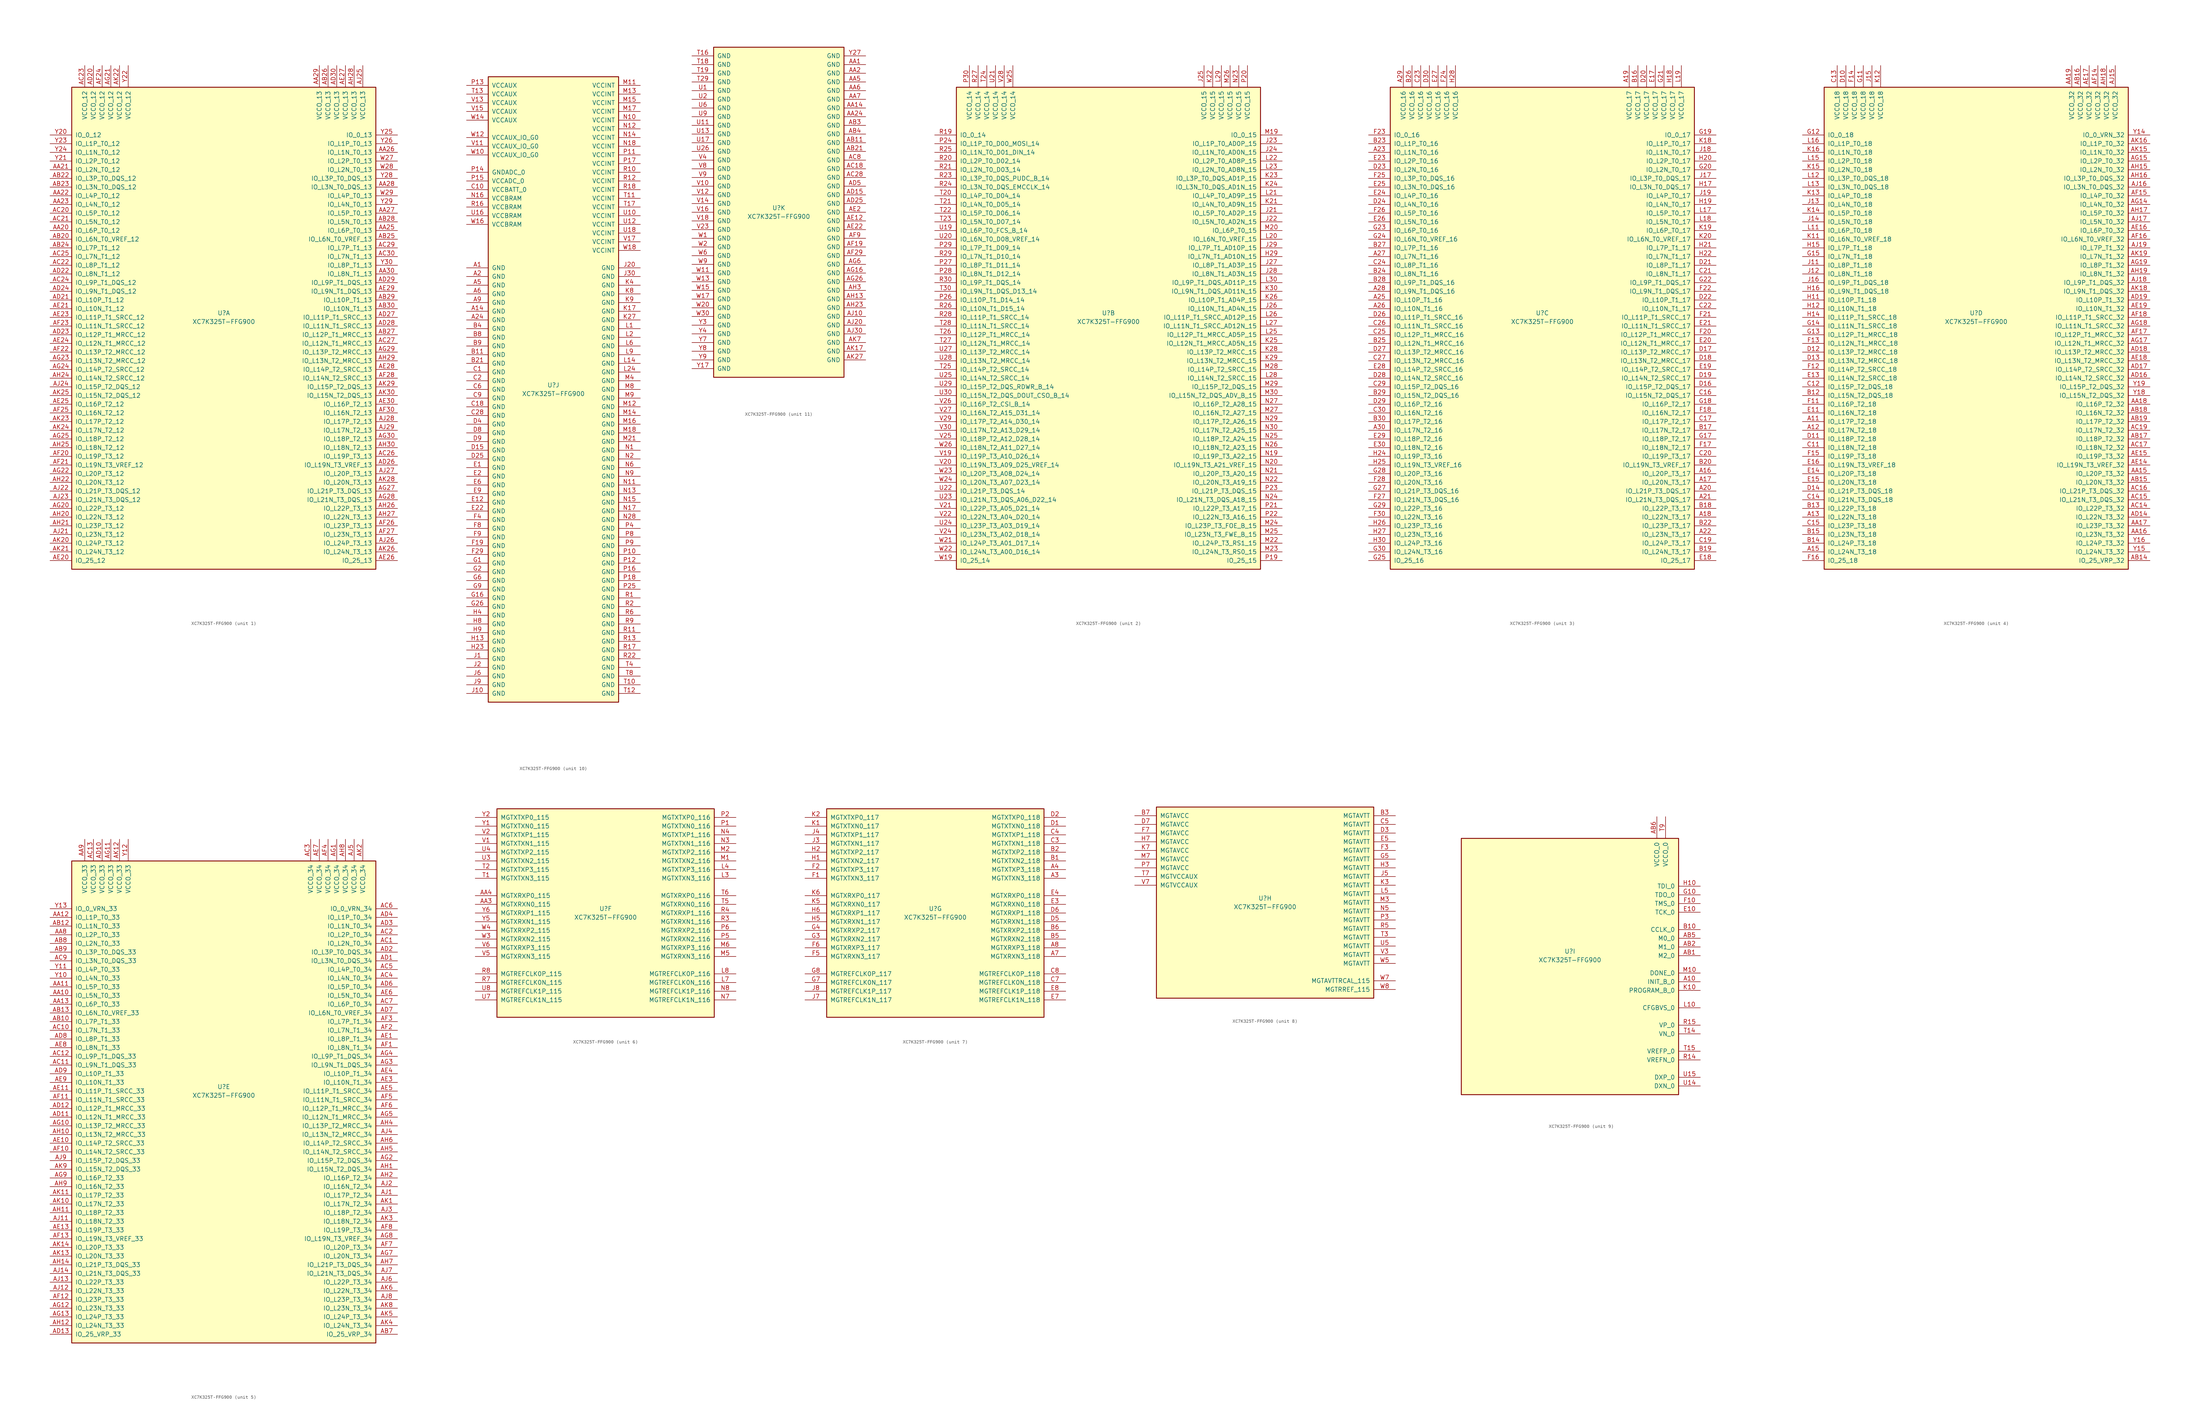
<source format=kicad_sym>
(kicad_symbol_lib
  (version 20201005)
  (generator kicad_symbol_editor)
  (symbol "FPGA_Xilinx_Kintex7:XC7K325T-FFG900"
    (pin_names
      (offset 1.016))
    (property "Reference" "U"
      (at 0 1.27 0)
      (effects (font (size 1.27 1.27))))
    (property "Value" "XC7K325T-FFG900"
      (at 0 -1.27 0)
      (effects (font (size 1.27 1.27))))
    (property "Datasheet" ""
      (at 0 0 0)
      (effects (font (size 1.27 1.27))))
    (property "ki_locked" ""
      (at 0 0 0)
      (effects (font (size 1.27 1.27))))
    (symbol "XC7K325T-FFG900_1_1"
      (rectangle (start -44.45 67.31) (end 44.45 -73.66) (stroke (width 0.254)) (fill (type background)))
      (pin power_in line (at -40.64 73.66 270) (length 6.35) (name "VCCO_12" (effects (font (size 1.27 1.27)))) (number "AC23" (effects (font (size 1.27 1.27)))))
      (pin power_in line (at -38.1 73.66 270) (length 6.35) (name "VCCO_12" (effects (font (size 1.27 1.27)))) (number "AD20" (effects (font (size 1.27 1.27)))))
      (pin power_in line (at -35.56 73.66 270) (length 6.35) (name "VCCO_12" (effects (font (size 1.27 1.27)))) (number "AF24" (effects (font (size 1.27 1.27)))))
      (pin power_in line (at -33.02 73.66 270) (length 6.35) (name "VCCO_12" (effects (font (size 1.27 1.27)))) (number "AG21" (effects (font (size 1.27 1.27)))))
      (pin power_in line (at -30.48 73.66 270) (length 6.35) (name "VCCO_12" (effects (font (size 1.27 1.27)))) (number "AK22" (effects (font (size 1.27 1.27)))))
      (pin power_in line (at -27.94 73.66 270) (length 6.35) (name "VCCO_12" (effects (font (size 1.27 1.27)))) (number "Y22" (effects (font (size 1.27 1.27)))))
      (pin bidirectional line (at -50.8 53.34 0) (length 6.35) (name "IO_0_12" (effects (font (size 1.27 1.27)))) (number "Y20" (effects (font (size 1.27 1.27)))))
      (pin bidirectional line (at -50.8 50.8 0) (length 6.35) (name "IO_L1P_T0_12" (effects (font (size 1.27 1.27)))) (number "Y23" (effects (font (size 1.27 1.27)))))
      (pin bidirectional line (at -50.8 48.26 0) (length 6.35) (name "IO_L1N_T0_12" (effects (font (size 1.27 1.27)))) (number "Y24" (effects (font (size 1.27 1.27)))))
      (pin bidirectional line (at -50.8 45.72 0) (length 6.35) (name "IO_L2P_T0_12" (effects (font (size 1.27 1.27)))) (number "Y21" (effects (font (size 1.27 1.27)))))
      (pin bidirectional line (at -50.8 43.18 0) (length 6.35) (name "IO_L2N_T0_12" (effects (font (size 1.27 1.27)))) (number "AA21" (effects (font (size 1.27 1.27)))))
      (pin bidirectional line (at -50.8 40.64 0) (length 6.35) (name "IO_L3P_T0_DQS_12" (effects (font (size 1.27 1.27)))) (number "AB22" (effects (font (size 1.27 1.27)))))
      (pin bidirectional line (at -50.8 38.1 0) (length 6.35) (name "IO_L3N_T0_DQS_12" (effects (font (size 1.27 1.27)))) (number "AB23" (effects (font (size 1.27 1.27)))))
      (pin bidirectional line (at -50.8 35.56 0) (length 6.35) (name "IO_L4P_T0_12" (effects (font (size 1.27 1.27)))) (number "AA22" (effects (font (size 1.27 1.27)))))
      (pin bidirectional line (at -50.8 33.02 0) (length 6.35) (name "IO_L4N_T0_12" (effects (font (size 1.27 1.27)))) (number "AA23" (effects (font (size 1.27 1.27)))))
      (pin bidirectional line (at -50.8 30.48 0) (length 6.35) (name "IO_L5P_T0_12" (effects (font (size 1.27 1.27)))) (number "AC20" (effects (font (size 1.27 1.27)))))
      (pin bidirectional line (at -50.8 27.94 0) (length 6.35) (name "IO_L5N_T0_12" (effects (font (size 1.27 1.27)))) (number "AC21" (effects (font (size 1.27 1.27)))))
      (pin bidirectional line (at -50.8 25.4 0) (length 6.35) (name "IO_L6P_T0_12" (effects (font (size 1.27 1.27)))) (number "AA20" (effects (font (size 1.27 1.27)))))
      (pin bidirectional line (at -50.8 22.86 0) (length 6.35) (name "IO_L6N_T0_VREF_12" (effects (font (size 1.27 1.27)))) (number "AB20" (effects (font (size 1.27 1.27)))))
      (pin bidirectional line (at -50.8 20.32 0) (length 6.35) (name "IO_L7P_T1_12" (effects (font (size 1.27 1.27)))) (number "AB24" (effects (font (size 1.27 1.27)))))
      (pin bidirectional line (at -50.8 17.78 0) (length 6.35) (name "IO_L7N_T1_12" (effects (font (size 1.27 1.27)))) (number "AC25" (effects (font (size 1.27 1.27)))))
      (pin bidirectional line (at -50.8 15.24 0) (length 6.35) (name "IO_L8P_T1_12" (effects (font (size 1.27 1.27)))) (number "AC22" (effects (font (size 1.27 1.27)))))
      (pin bidirectional line (at -50.8 12.7 0) (length 6.35) (name "IO_L8N_T1_12" (effects (font (size 1.27 1.27)))) (number "AD22" (effects (font (size 1.27 1.27)))))
      (pin bidirectional line (at -50.8 10.16 0) (length 6.35) (name "IO_L9P_T1_DQS_12" (effects (font (size 1.27 1.27)))) (number "AC24" (effects (font (size 1.27 1.27)))))
      (pin bidirectional line (at -50.8 7.62 0) (length 6.35) (name "IO_L9N_T1_DQS_12" (effects (font (size 1.27 1.27)))) (number "AD24" (effects (font (size 1.27 1.27)))))
      (pin bidirectional line (at -50.8 5.08 0) (length 6.35) (name "IO_L10P_T1_12" (effects (font (size 1.27 1.27)))) (number "AD21" (effects (font (size 1.27 1.27)))))
      (pin bidirectional line (at -50.8 2.54 0) (length 6.35) (name "IO_L10N_T1_12" (effects (font (size 1.27 1.27)))) (number "AE21" (effects (font (size 1.27 1.27)))))
      (pin bidirectional line (at -50.8 0 0) (length 6.35) (name "IO_L11P_T1_SRCC_12" (effects (font (size 1.27 1.27)))) (number "AE23" (effects (font (size 1.27 1.27)))))
      (pin bidirectional line (at -50.8 -2.54 0) (length 6.35) (name "IO_L11N_T1_SRCC_12" (effects (font (size 1.27 1.27)))) (number "AF23" (effects (font (size 1.27 1.27)))))
      (pin bidirectional line (at -50.8 -5.08 0) (length 6.35) (name "IO_L12P_T1_MRCC_12" (effects (font (size 1.27 1.27)))) (number "AD23" (effects (font (size 1.27 1.27)))))
      (pin bidirectional line (at -50.8 -7.62 0) (length 6.35) (name "IO_L12N_T1_MRCC_12" (effects (font (size 1.27 1.27)))) (number "AE24" (effects (font (size 1.27 1.27)))))
      (pin bidirectional line (at -50.8 -10.16 0) (length 6.35) (name "IO_L13P_T2_MRCC_12" (effects (font (size 1.27 1.27)))) (number "AF22" (effects (font (size 1.27 1.27)))))
      (pin bidirectional line (at -50.8 -12.7 0) (length 6.35) (name "IO_L13N_T2_MRCC_12" (effects (font (size 1.27 1.27)))) (number "AG23" (effects (font (size 1.27 1.27)))))
      (pin bidirectional line (at -50.8 -15.24 0) (length 6.35) (name "IO_L14P_T2_SRCC_12" (effects (font (size 1.27 1.27)))) (number "AG24" (effects (font (size 1.27 1.27)))))
      (pin bidirectional line (at -50.8 -17.78 0) (length 6.35) (name "IO_L14N_T2_SRCC_12" (effects (font (size 1.27 1.27)))) (number "AH24" (effects (font (size 1.27 1.27)))))
      (pin bidirectional line (at -50.8 -20.32 0) (length 6.35) (name "IO_L15P_T2_DQS_12" (effects (font (size 1.27 1.27)))) (number "AJ24" (effects (font (size 1.27 1.27)))))
      (pin bidirectional line (at -50.8 -22.86 0) (length 6.35) (name "IO_L15N_T2_DQS_12" (effects (font (size 1.27 1.27)))) (number "AK25" (effects (font (size 1.27 1.27)))))
      (pin bidirectional line (at -50.8 -25.4 0) (length 6.35) (name "IO_L16P_T2_12" (effects (font (size 1.27 1.27)))) (number "AE25" (effects (font (size 1.27 1.27)))))
      (pin bidirectional line (at -50.8 -27.94 0) (length 6.35) (name "IO_L16N_T2_12" (effects (font (size 1.27 1.27)))) (number "AF25" (effects (font (size 1.27 1.27)))))
      (pin bidirectional line (at -50.8 -30.48 0) (length 6.35) (name "IO_L17P_T2_12" (effects (font (size 1.27 1.27)))) (number "AK23" (effects (font (size 1.27 1.27)))))
      (pin bidirectional line (at -50.8 -33.02 0) (length 6.35) (name "IO_L17N_T2_12" (effects (font (size 1.27 1.27)))) (number "AK24" (effects (font (size 1.27 1.27)))))
      (pin bidirectional line (at -50.8 -35.56 0) (length 6.35) (name "IO_L18P_T2_12" (effects (font (size 1.27 1.27)))) (number "AG25" (effects (font (size 1.27 1.27)))))
      (pin bidirectional line (at -50.8 -38.1 0) (length 6.35) (name "IO_L18N_T2_12" (effects (font (size 1.27 1.27)))) (number "AH25" (effects (font (size 1.27 1.27)))))
      (pin bidirectional line (at -50.8 -40.64 0) (length 6.35) (name "IO_L19P_T3_12" (effects (font (size 1.27 1.27)))) (number "AF20" (effects (font (size 1.27 1.27)))))
      (pin bidirectional line (at -50.8 -43.18 0) (length 6.35) (name "IO_L19N_T3_VREF_12" (effects (font (size 1.27 1.27)))) (number "AF21" (effects (font (size 1.27 1.27)))))
      (pin bidirectional line (at -50.8 -45.72 0) (length 6.35) (name "IO_L20P_T3_12" (effects (font (size 1.27 1.27)))) (number "AG22" (effects (font (size 1.27 1.27)))))
      (pin bidirectional line (at -50.8 -48.26 0) (length 6.35) (name "IO_L20N_T3_12" (effects (font (size 1.27 1.27)))) (number "AH22" (effects (font (size 1.27 1.27)))))
      (pin bidirectional line (at -50.8 -50.8 0) (length 6.35) (name "IO_L21P_T3_DQS_12" (effects (font (size 1.27 1.27)))) (number "AJ22" (effects (font (size 1.27 1.27)))))
      (pin bidirectional line (at -50.8 -53.34 0) (length 6.35) (name "IO_L21N_T3_DQS_12" (effects (font (size 1.27 1.27)))) (number "AJ23" (effects (font (size 1.27 1.27)))))
      (pin bidirectional line (at -50.8 -55.88 0) (length 6.35) (name "IO_L22P_T3_12" (effects (font (size 1.27 1.27)))) (number "AG20" (effects (font (size 1.27 1.27)))))
      (pin bidirectional line (at -50.8 -58.42 0) (length 6.35) (name "IO_L22N_T3_12" (effects (font (size 1.27 1.27)))) (number "AH20" (effects (font (size 1.27 1.27)))))
      (pin bidirectional line (at -50.8 -60.96 0) (length 6.35) (name "IO_L23P_T3_12" (effects (font (size 1.27 1.27)))) (number "AH21" (effects (font (size 1.27 1.27)))))
      (pin bidirectional line (at -50.8 -63.5 0) (length 6.35) (name "IO_L23N_T3_12" (effects (font (size 1.27 1.27)))) (number "AJ21" (effects (font (size 1.27 1.27)))))
      (pin bidirectional line (at -50.8 -66.04 0) (length 6.35) (name "IO_L24P_T3_12" (effects (font (size 1.27 1.27)))) (number "AK20" (effects (font (size 1.27 1.27)))))
      (pin bidirectional line (at -50.8 -68.58 0) (length 6.35) (name "IO_L24N_T3_12" (effects (font (size 1.27 1.27)))) (number "AK21" (effects (font (size 1.27 1.27)))))
      (pin bidirectional line (at -50.8 -71.12 0) (length 6.35) (name "IO_25_12" (effects (font (size 1.27 1.27)))) (number "AE20" (effects (font (size 1.27 1.27)))))
      (pin power_in line (at 27.94 73.66 270) (length 6.35) (name "VCCO_13" (effects (font (size 1.27 1.27)))) (number "AA29" (effects (font (size 1.27 1.27)))))
      (pin power_in line (at 30.48 73.66 270) (length 6.35) (name "VCCO_13" (effects (font (size 1.27 1.27)))) (number "AB26" (effects (font (size 1.27 1.27)))))
      (pin power_in line (at 33.02 73.66 270) (length 6.35) (name "VCCO_13" (effects (font (size 1.27 1.27)))) (number "AD30" (effects (font (size 1.27 1.27)))))
      (pin power_in line (at 35.56 73.66 270) (length 6.35) (name "VCCO_13" (effects (font (size 1.27 1.27)))) (number "AE27" (effects (font (size 1.27 1.27)))))
      (pin power_in line (at 38.1 73.66 270) (length 6.35) (name "VCCO_13" (effects (font (size 1.27 1.27)))) (number "AH28" (effects (font (size 1.27 1.27)))))
      (pin power_in line (at 40.64 73.66 270) (length 6.35) (name "VCCO_13" (effects (font (size 1.27 1.27)))) (number "AJ25" (effects (font (size 1.27 1.27)))))
      (pin bidirectional line (at 50.8 53.34 180) (length 6.35) (name "IO_0_13" (effects (font (size 1.27 1.27)))) (number "Y25" (effects (font (size 1.27 1.27)))))
      (pin bidirectional line (at 50.8 50.8 180) (length 6.35) (name "IO_L1P_T0_13" (effects (font (size 1.27 1.27)))) (number "Y26" (effects (font (size 1.27 1.27)))))
      (pin bidirectional line (at 50.8 48.26 180) (length 6.35) (name "IO_L1N_T0_13" (effects (font (size 1.27 1.27)))) (number "AA26" (effects (font (size 1.27 1.27)))))
      (pin bidirectional line (at 50.8 45.72 180) (length 6.35) (name "IO_L2P_T0_13" (effects (font (size 1.27 1.27)))) (number "W27" (effects (font (size 1.27 1.27)))))
      (pin bidirectional line (at 50.8 43.18 180) (length 6.35) (name "IO_L2N_T0_13" (effects (font (size 1.27 1.27)))) (number "W28" (effects (font (size 1.27 1.27)))))
      (pin bidirectional line (at 50.8 40.64 180) (length 6.35) (name "IO_L3P_T0_DQS_13" (effects (font (size 1.27 1.27)))) (number "Y28" (effects (font (size 1.27 1.27)))))
      (pin bidirectional line (at 50.8 38.1 180) (length 6.35) (name "IO_L3N_T0_DQS_13" (effects (font (size 1.27 1.27)))) (number "AA28" (effects (font (size 1.27 1.27)))))
      (pin bidirectional line (at 50.8 35.56 180) (length 6.35) (name "IO_L4P_T0_13" (effects (font (size 1.27 1.27)))) (number "W29" (effects (font (size 1.27 1.27)))))
      (pin bidirectional line (at 50.8 33.02 180) (length 6.35) (name "IO_L4N_T0_13" (effects (font (size 1.27 1.27)))) (number "Y29" (effects (font (size 1.27 1.27)))))
      (pin bidirectional line (at 50.8 30.48 180) (length 6.35) (name "IO_L5P_T0_13" (effects (font (size 1.27 1.27)))) (number "AA27" (effects (font (size 1.27 1.27)))))
      (pin bidirectional line (at 50.8 27.94 180) (length 6.35) (name "IO_L5N_T0_13" (effects (font (size 1.27 1.27)))) (number "AB28" (effects (font (size 1.27 1.27)))))
      (pin bidirectional line (at 50.8 25.4 180) (length 6.35) (name "IO_L6P_T0_13" (effects (font (size 1.27 1.27)))) (number "AA25" (effects (font (size 1.27 1.27)))))
      (pin bidirectional line (at 50.8 22.86 180) (length 6.35) (name "IO_L6N_T0_VREF_13" (effects (font (size 1.27 1.27)))) (number "AB25" (effects (font (size 1.27 1.27)))))
      (pin bidirectional line (at 50.8 20.32 180) (length 6.35) (name "IO_L7P_T1_13" (effects (font (size 1.27 1.27)))) (number "AC29" (effects (font (size 1.27 1.27)))))
      (pin bidirectional line (at 50.8 17.78 180) (length 6.35) (name "IO_L7N_T1_13" (effects (font (size 1.27 1.27)))) (number "AC30" (effects (font (size 1.27 1.27)))))
      (pin bidirectional line (at 50.8 15.24 180) (length 6.35) (name "IO_L8P_T1_13" (effects (font (size 1.27 1.27)))) (number "Y30" (effects (font (size 1.27 1.27)))))
      (pin bidirectional line (at 50.8 12.7 180) (length 6.35) (name "IO_L8N_T1_13" (effects (font (size 1.27 1.27)))) (number "AA30" (effects (font (size 1.27 1.27)))))
      (pin bidirectional line (at 50.8 10.16 180) (length 6.35) (name "IO_L9P_T1_DQS_13" (effects (font (size 1.27 1.27)))) (number "AD29" (effects (font (size 1.27 1.27)))))
      (pin bidirectional line (at 50.8 7.62 180) (length 6.35) (name "IO_L9N_T1_DQS_13" (effects (font (size 1.27 1.27)))) (number "AE29" (effects (font (size 1.27 1.27)))))
      (pin bidirectional line (at 50.8 5.08 180) (length 6.35) (name "IO_L10P_T1_13" (effects (font (size 1.27 1.27)))) (number "AB29" (effects (font (size 1.27 1.27)))))
      (pin bidirectional line (at 50.8 2.54 180) (length 6.35) (name "IO_L10N_T1_13" (effects (font (size 1.27 1.27)))) (number "AB30" (effects (font (size 1.27 1.27)))))
      (pin bidirectional line (at 50.8 0 180) (length 6.35) (name "IO_L11P_T1_SRCC_13" (effects (font (size 1.27 1.27)))) (number "AD27" (effects (font (size 1.27 1.27)))))
      (pin bidirectional line (at 50.8 -2.54 180) (length 6.35) (name "IO_L11N_T1_SRCC_13" (effects (font (size 1.27 1.27)))) (number "AD28" (effects (font (size 1.27 1.27)))))
      (pin bidirectional line (at 50.8 -5.08 180) (length 6.35) (name "IO_L12P_T1_MRCC_13" (effects (font (size 1.27 1.27)))) (number "AB27" (effects (font (size 1.27 1.27)))))
      (pin bidirectional line (at 50.8 -7.62 180) (length 6.35) (name "IO_L12N_T1_MRCC_13" (effects (font (size 1.27 1.27)))) (number "AC27" (effects (font (size 1.27 1.27)))))
      (pin bidirectional line (at 50.8 -10.16 180) (length 6.35) (name "IO_L13P_T2_MRCC_13" (effects (font (size 1.27 1.27)))) (number "AG29" (effects (font (size 1.27 1.27)))))
      (pin bidirectional line (at 50.8 -12.7 180) (length 6.35) (name "IO_L13N_T2_MRCC_13" (effects (font (size 1.27 1.27)))) (number "AH29" (effects (font (size 1.27 1.27)))))
      (pin bidirectional line (at 50.8 -15.24 180) (length 6.35) (name "IO_L14P_T2_SRCC_13" (effects (font (size 1.27 1.27)))) (number "AE28" (effects (font (size 1.27 1.27)))))
      (pin bidirectional line (at 50.8 -17.78 180) (length 6.35) (name "IO_L14N_T2_SRCC_13" (effects (font (size 1.27 1.27)))) (number "AF28" (effects (font (size 1.27 1.27)))))
      (pin bidirectional line (at 50.8 -20.32 180) (length 6.35) (name "IO_L15P_T2_DQS_13" (effects (font (size 1.27 1.27)))) (number "AK29" (effects (font (size 1.27 1.27)))))
      (pin bidirectional line (at 50.8 -22.86 180) (length 6.35) (name "IO_L15N_T2_DQS_13" (effects (font (size 1.27 1.27)))) (number "AK30" (effects (font (size 1.27 1.27)))))
      (pin bidirectional line (at 50.8 -25.4 180) (length 6.35) (name "IO_L16P_T2_13" (effects (font (size 1.27 1.27)))) (number "AE30" (effects (font (size 1.27 1.27)))))
      (pin bidirectional line (at 50.8 -27.94 180) (length 6.35) (name "IO_L16N_T2_13" (effects (font (size 1.27 1.27)))) (number "AF30" (effects (font (size 1.27 1.27)))))
      (pin bidirectional line (at 50.8 -30.48 180) (length 6.35) (name "IO_L17P_T2_13" (effects (font (size 1.27 1.27)))) (number "AJ28" (effects (font (size 1.27 1.27)))))
      (pin bidirectional line (at 50.8 -33.02 180) (length 6.35) (name "IO_L17N_T2_13" (effects (font (size 1.27 1.27)))) (number "AJ29" (effects (font (size 1.27 1.27)))))
      (pin bidirectional line (at 50.8 -35.56 180) (length 6.35) (name "IO_L18P_T2_13" (effects (font (size 1.27 1.27)))) (number "AG30" (effects (font (size 1.27 1.27)))))
      (pin bidirectional line (at 50.8 -38.1 180) (length 6.35) (name "IO_L18N_T2_13" (effects (font (size 1.27 1.27)))) (number "AH30" (effects (font (size 1.27 1.27)))))
      (pin bidirectional line (at 50.8 -40.64 180) (length 6.35) (name "IO_L19P_T3_13" (effects (font (size 1.27 1.27)))) (number "AC26" (effects (font (size 1.27 1.27)))))
      (pin bidirectional line (at 50.8 -43.18 180) (length 6.35) (name "IO_L19N_T3_VREF_13" (effects (font (size 1.27 1.27)))) (number "AD26" (effects (font (size 1.27 1.27)))))
      (pin bidirectional line (at 50.8 -45.72 180) (length 6.35) (name "IO_L20P_T3_13" (effects (font (size 1.27 1.27)))) (number "AJ27" (effects (font (size 1.27 1.27)))))
      (pin bidirectional line (at 50.8 -48.26 180) (length 6.35) (name "IO_L20N_T3_13" (effects (font (size 1.27 1.27)))) (number "AK28" (effects (font (size 1.27 1.27)))))
      (pin bidirectional line (at 50.8 -50.8 180) (length 6.35) (name "IO_L21P_T3_DQS_13" (effects (font (size 1.27 1.27)))) (number "AG27" (effects (font (size 1.27 1.27)))))
      (pin bidirectional line (at 50.8 -53.34 180) (length 6.35) (name "IO_L21N_T3_DQS_13" (effects (font (size 1.27 1.27)))) (number "AG28" (effects (font (size 1.27 1.27)))))
      (pin bidirectional line (at 50.8 -55.88 180) (length 6.35) (name "IO_L22P_T3_13" (effects (font (size 1.27 1.27)))) (number "AH26" (effects (font (size 1.27 1.27)))))
      (pin bidirectional line (at 50.8 -58.42 180) (length 6.35) (name "IO_L22N_T3_13" (effects (font (size 1.27 1.27)))) (number "AH27" (effects (font (size 1.27 1.27)))))
      (pin bidirectional line (at 50.8 -60.96 180) (length 6.35) (name "IO_L23P_T3_13" (effects (font (size 1.27 1.27)))) (number "AF26" (effects (font (size 1.27 1.27)))))
      (pin bidirectional line (at 50.8 -63.5 180) (length 6.35) (name "IO_L23N_T3_13" (effects (font (size 1.27 1.27)))) (number "AF27" (effects (font (size 1.27 1.27)))))
      (pin bidirectional line (at 50.8 -66.04 180) (length 6.35) (name "IO_L24P_T3_13" (effects (font (size 1.27 1.27)))) (number "AJ26" (effects (font (size 1.27 1.27)))))
      (pin bidirectional line (at 50.8 -68.58 180) (length 6.35) (name "IO_L24N_T3_13" (effects (font (size 1.27 1.27)))) (number "AK26" (effects (font (size 1.27 1.27)))))
      (pin bidirectional line (at 50.8 -71.12 180) (length 6.35) (name "IO_25_13" (effects (font (size 1.27 1.27)))) (number "AE26" (effects (font (size 1.27 1.27))))))
    (symbol "XC7K325T-FFG900_2_1"
      (rectangle (start -44.45 67.31) (end 44.45 -73.66) (stroke (width 0.254)) (fill (type background)))
      (pin power_in line (at -40.64 73.66 270) (length 6.35) (name "VCCO_14" (effects (font (size 1.27 1.27)))) (number "P30" (effects (font (size 1.27 1.27)))))
      (pin power_in line (at -38.1 73.66 270) (length 6.35) (name "VCCO_14" (effects (font (size 1.27 1.27)))) (number "R27" (effects (font (size 1.27 1.27)))))
      (pin power_in line (at -35.56 73.66 270) (length 6.35) (name "VCCO_14" (effects (font (size 1.27 1.27)))) (number "T24" (effects (font (size 1.27 1.27)))))
      (pin power_in line (at -33.02 73.66 270) (length 6.35) (name "VCCO_14" (effects (font (size 1.27 1.27)))) (number "U21" (effects (font (size 1.27 1.27)))))
      (pin power_in line (at -30.48 73.66 270) (length 6.35) (name "VCCO_14" (effects (font (size 1.27 1.27)))) (number "V28" (effects (font (size 1.27 1.27)))))
      (pin power_in line (at -27.94 73.66 270) (length 6.35) (name "VCCO_14" (effects (font (size 1.27 1.27)))) (number "W25" (effects (font (size 1.27 1.27)))))
      (pin bidirectional line (at -50.8 53.34 0) (length 6.35) (name "IO_0_14" (effects (font (size 1.27 1.27)))) (number "R19" (effects (font (size 1.27 1.27)))))
      (pin bidirectional line (at -50.8 50.8 0) (length 6.35) (name "IO_L1P_T0_D00_MOSI_14" (effects (font (size 1.27 1.27)))) (number "P24" (effects (font (size 1.27 1.27)))))
      (pin bidirectional line (at -50.8 48.26 0) (length 6.35) (name "IO_L1N_T0_D01_DIN_14" (effects (font (size 1.27 1.27)))) (number "R25" (effects (font (size 1.27 1.27)))))
      (pin bidirectional line (at -50.8 45.72 0) (length 6.35) (name "IO_L2P_T0_D02_14" (effects (font (size 1.27 1.27)))) (number "R20" (effects (font (size 1.27 1.27)))))
      (pin bidirectional line (at -50.8 43.18 0) (length 6.35) (name "IO_L2N_T0_D03_14" (effects (font (size 1.27 1.27)))) (number "R21" (effects (font (size 1.27 1.27)))))
      (pin bidirectional line (at -50.8 40.64 0) (length 6.35) (name "IO_L3P_T0_DQS_PUDC_B_14" (effects (font (size 1.27 1.27)))) (number "R23" (effects (font (size 1.27 1.27)))))
      (pin bidirectional line (at -50.8 38.1 0) (length 6.35) (name "IO_L3N_T0_DQS_EMCCLK_14" (effects (font (size 1.27 1.27)))) (number "R24" (effects (font (size 1.27 1.27)))))
      (pin bidirectional line (at -50.8 35.56 0) (length 6.35) (name "IO_L4P_T0_D04_14" (effects (font (size 1.27 1.27)))) (number "T20" (effects (font (size 1.27 1.27)))))
      (pin bidirectional line (at -50.8 33.02 0) (length 6.35) (name "IO_L4N_T0_D05_14" (effects (font (size 1.27 1.27)))) (number "T21" (effects (font (size 1.27 1.27)))))
      (pin bidirectional line (at -50.8 30.48 0) (length 6.35) (name "IO_L5P_T0_D06_14" (effects (font (size 1.27 1.27)))) (number "T22" (effects (font (size 1.27 1.27)))))
      (pin bidirectional line (at -50.8 27.94 0) (length 6.35) (name "IO_L5N_T0_D07_14" (effects (font (size 1.27 1.27)))) (number "T23" (effects (font (size 1.27 1.27)))))
      (pin bidirectional line (at -50.8 25.4 0) (length 6.35) (name "IO_L6P_T0_FCS_B_14" (effects (font (size 1.27 1.27)))) (number "U19" (effects (font (size 1.27 1.27)))))
      (pin bidirectional line (at -50.8 22.86 0) (length 6.35) (name "IO_L6N_T0_D08_VREF_14" (effects (font (size 1.27 1.27)))) (number "U20" (effects (font (size 1.27 1.27)))))
      (pin bidirectional line (at -50.8 20.32 0) (length 6.35) (name "IO_L7P_T1_D09_14" (effects (font (size 1.27 1.27)))) (number "P29" (effects (font (size 1.27 1.27)))))
      (pin bidirectional line (at -50.8 17.78 0) (length 6.35) (name "IO_L7N_T1_D10_14" (effects (font (size 1.27 1.27)))) (number "R29" (effects (font (size 1.27 1.27)))))
      (pin bidirectional line (at -50.8 15.24 0) (length 6.35) (name "IO_L8P_T1_D11_14" (effects (font (size 1.27 1.27)))) (number "P27" (effects (font (size 1.27 1.27)))))
      (pin bidirectional line (at -50.8 12.7 0) (length 6.35) (name "IO_L8N_T1_D12_14" (effects (font (size 1.27 1.27)))) (number "P28" (effects (font (size 1.27 1.27)))))
      (pin bidirectional line (at -50.8 10.16 0) (length 6.35) (name "IO_L9P_T1_DQS_14" (effects (font (size 1.27 1.27)))) (number "R30" (effects (font (size 1.27 1.27)))))
      (pin bidirectional line (at -50.8 7.62 0) (length 6.35) (name "IO_L9N_T1_DQS_D13_14" (effects (font (size 1.27 1.27)))) (number "T30" (effects (font (size 1.27 1.27)))))
      (pin bidirectional line (at -50.8 5.08 0) (length 6.35) (name "IO_L10P_T1_D14_14" (effects (font (size 1.27 1.27)))) (number "P26" (effects (font (size 1.27 1.27)))))
      (pin bidirectional line (at -50.8 2.54 0) (length 6.35) (name "IO_L10N_T1_D15_14" (effects (font (size 1.27 1.27)))) (number "R26" (effects (font (size 1.27 1.27)))))
      (pin bidirectional line (at -50.8 0 0) (length 6.35) (name "IO_L11P_T1_SRCC_14" (effects (font (size 1.27 1.27)))) (number "R28" (effects (font (size 1.27 1.27)))))
      (pin bidirectional line (at -50.8 -2.54 0) (length 6.35) (name "IO_L11N_T1_SRCC_14" (effects (font (size 1.27 1.27)))) (number "T28" (effects (font (size 1.27 1.27)))))
      (pin bidirectional line (at -50.8 -5.08 0) (length 6.35) (name "IO_L12P_T1_MRCC_14" (effects (font (size 1.27 1.27)))) (number "T26" (effects (font (size 1.27 1.27)))))
      (pin bidirectional line (at -50.8 -7.62 0) (length 6.35) (name "IO_L12N_T1_MRCC_14" (effects (font (size 1.27 1.27)))) (number "T27" (effects (font (size 1.27 1.27)))))
      (pin bidirectional line (at -50.8 -10.16 0) (length 6.35) (name "IO_L13P_T2_MRCC_14" (effects (font (size 1.27 1.27)))) (number "U27" (effects (font (size 1.27 1.27)))))
      (pin bidirectional line (at -50.8 -12.7 0) (length 6.35) (name "IO_L13N_T2_MRCC_14" (effects (font (size 1.27 1.27)))) (number "U28" (effects (font (size 1.27 1.27)))))
      (pin bidirectional line (at -50.8 -15.24 0) (length 6.35) (name "IO_L14P_T2_SRCC_14" (effects (font (size 1.27 1.27)))) (number "T25" (effects (font (size 1.27 1.27)))))
      (pin bidirectional line (at -50.8 -17.78 0) (length 6.35) (name "IO_L14N_T2_SRCC_14" (effects (font (size 1.27 1.27)))) (number "U25" (effects (font (size 1.27 1.27)))))
      (pin bidirectional line (at -50.8 -20.32 0) (length 6.35) (name "IO_L15P_T2_DQS_RDWR_B_14" (effects (font (size 1.27 1.27)))) (number "U29" (effects (font (size 1.27 1.27)))))
      (pin bidirectional line (at -50.8 -22.86 0) (length 6.35) (name "IO_L15N_T2_DQS_DOUT_CSO_B_14" (effects (font (size 1.27 1.27)))) (number "U30" (effects (font (size 1.27 1.27)))))
      (pin bidirectional line (at -50.8 -25.4 0) (length 6.35) (name "IO_L16P_T2_CSI_B_14" (effects (font (size 1.27 1.27)))) (number "V26" (effects (font (size 1.27 1.27)))))
      (pin bidirectional line (at -50.8 -27.94 0) (length 6.35) (name "IO_L16N_T2_A15_D31_14" (effects (font (size 1.27 1.27)))) (number "V27" (effects (font (size 1.27 1.27)))))
      (pin bidirectional line (at -50.8 -30.48 0) (length 6.35) (name "IO_L17P_T2_A14_D30_14" (effects (font (size 1.27 1.27)))) (number "V29" (effects (font (size 1.27 1.27)))))
      (pin bidirectional line (at -50.8 -33.02 0) (length 6.35) (name "IO_L17N_T2_A13_D29_14" (effects (font (size 1.27 1.27)))) (number "V30" (effects (font (size 1.27 1.27)))))
      (pin bidirectional line (at -50.8 -35.56 0) (length 6.35) (name "IO_L18P_T2_A12_D28_14" (effects (font (size 1.27 1.27)))) (number "V25" (effects (font (size 1.27 1.27)))))
      (pin bidirectional line (at -50.8 -38.1 0) (length 6.35) (name "IO_L18N_T2_A11_D27_14" (effects (font (size 1.27 1.27)))) (number "W26" (effects (font (size 1.27 1.27)))))
      (pin bidirectional line (at -50.8 -40.64 0) (length 6.35) (name "IO_L19P_T3_A10_D26_14" (effects (font (size 1.27 1.27)))) (number "V19" (effects (font (size 1.27 1.27)))))
      (pin bidirectional line (at -50.8 -43.18 0) (length 6.35) (name "IO_L19N_T3_A09_D25_VREF_14" (effects (font (size 1.27 1.27)))) (number "V20" (effects (font (size 1.27 1.27)))))
      (pin bidirectional line (at -50.8 -45.72 0) (length 6.35) (name "IO_L20P_T3_A08_D24_14" (effects (font (size 1.27 1.27)))) (number "W23" (effects (font (size 1.27 1.27)))))
      (pin bidirectional line (at -50.8 -48.26 0) (length 6.35) (name "IO_L20N_T3_A07_D23_14" (effects (font (size 1.27 1.27)))) (number "W24" (effects (font (size 1.27 1.27)))))
      (pin bidirectional line (at -50.8 -50.8 0) (length 6.35) (name "IO_L21P_T3_DQS_14" (effects (font (size 1.27 1.27)))) (number "U22" (effects (font (size 1.27 1.27)))))
      (pin bidirectional line (at -50.8 -53.34 0) (length 6.35) (name "IO_L21N_T3_DQS_A06_D22_14" (effects (font (size 1.27 1.27)))) (number "U23" (effects (font (size 1.27 1.27)))))
      (pin bidirectional line (at -50.8 -55.88 0) (length 6.35) (name "IO_L22P_T3_A05_D21_14" (effects (font (size 1.27 1.27)))) (number "V21" (effects (font (size 1.27 1.27)))))
      (pin bidirectional line (at -50.8 -58.42 0) (length 6.35) (name "IO_L22N_T3_A04_D20_14" (effects (font (size 1.27 1.27)))) (number "V22" (effects (font (size 1.27 1.27)))))
      (pin bidirectional line (at -50.8 -60.96 0) (length 6.35) (name "IO_L23P_T3_A03_D19_14" (effects (font (size 1.27 1.27)))) (number "U24" (effects (font (size 1.27 1.27)))))
      (pin bidirectional line (at -50.8 -63.5 0) (length 6.35) (name "IO_L23N_T3_A02_D18_14" (effects (font (size 1.27 1.27)))) (number "V24" (effects (font (size 1.27 1.27)))))
      (pin bidirectional line (at -50.8 -66.04 0) (length 6.35) (name "IO_L24P_T3_A01_D17_14" (effects (font (size 1.27 1.27)))) (number "W21" (effects (font (size 1.27 1.27)))))
      (pin bidirectional line (at -50.8 -68.58 0) (length 6.35) (name "IO_L24N_T3_A00_D16_14" (effects (font (size 1.27 1.27)))) (number "W22" (effects (font (size 1.27 1.27)))))
      (pin bidirectional line (at -50.8 -71.12 0) (length 6.35) (name "IO_25_14" (effects (font (size 1.27 1.27)))) (number "W19" (effects (font (size 1.27 1.27)))))
      (pin power_in line (at 27.94 73.66 270) (length 6.35) (name "VCCO_15" (effects (font (size 1.27 1.27)))) (number "J25" (effects (font (size 1.27 1.27)))))
      (pin power_in line (at 30.48 73.66 270) (length 6.35) (name "VCCO_15" (effects (font (size 1.27 1.27)))) (number "K22" (effects (font (size 1.27 1.27)))))
      (pin power_in line (at 33.02 73.66 270) (length 6.35) (name "VCCO_15" (effects (font (size 1.27 1.27)))) (number "L29" (effects (font (size 1.27 1.27)))))
      (pin power_in line (at 35.56 73.66 270) (length 6.35) (name "VCCO_15" (effects (font (size 1.27 1.27)))) (number "M26" (effects (font (size 1.27 1.27)))))
      (pin power_in line (at 38.1 73.66 270) (length 6.35) (name "VCCO_15" (effects (font (size 1.27 1.27)))) (number "N23" (effects (font (size 1.27 1.27)))))
      (pin power_in line (at 40.64 73.66 270) (length 6.35) (name "VCCO_15" (effects (font (size 1.27 1.27)))) (number "P20" (effects (font (size 1.27 1.27)))))
      (pin bidirectional line (at 50.8 53.34 180) (length 6.35) (name "IO_0_15" (effects (font (size 1.27 1.27)))) (number "M19" (effects (font (size 1.27 1.27)))))
      (pin bidirectional line (at 50.8 50.8 180) (length 6.35) (name "IO_L1P_T0_AD0P_15" (effects (font (size 1.27 1.27)))) (number "J23" (effects (font (size 1.27 1.27)))))
      (pin bidirectional line (at 50.8 48.26 180) (length 6.35) (name "IO_L1N_T0_AD0N_15" (effects (font (size 1.27 1.27)))) (number "J24" (effects (font (size 1.27 1.27)))))
      (pin bidirectional line (at 50.8 45.72 180) (length 6.35) (name "IO_L2P_T0_AD8P_15" (effects (font (size 1.27 1.27)))) (number "L22" (effects (font (size 1.27 1.27)))))
      (pin bidirectional line (at 50.8 43.18 180) (length 6.35) (name "IO_L2N_T0_AD8N_15" (effects (font (size 1.27 1.27)))) (number "L23" (effects (font (size 1.27 1.27)))))
      (pin bidirectional line (at 50.8 40.64 180) (length 6.35) (name "IO_L3P_T0_DQS_AD1P_15" (effects (font (size 1.27 1.27)))) (number "K23" (effects (font (size 1.27 1.27)))))
      (pin bidirectional line (at 50.8 38.1 180) (length 6.35) (name "IO_L3N_T0_DQS_AD1N_15" (effects (font (size 1.27 1.27)))) (number "K24" (effects (font (size 1.27 1.27)))))
      (pin bidirectional line (at 50.8 35.56 180) (length 6.35) (name "IO_L4P_T0_AD9P_15" (effects (font (size 1.27 1.27)))) (number "L21" (effects (font (size 1.27 1.27)))))
      (pin bidirectional line (at 50.8 33.02 180) (length 6.35) (name "IO_L4N_T0_AD9N_15" (effects (font (size 1.27 1.27)))) (number "K21" (effects (font (size 1.27 1.27)))))
      (pin bidirectional line (at 50.8 30.48 180) (length 6.35) (name "IO_L5P_T0_AD2P_15" (effects (font (size 1.27 1.27)))) (number "J21" (effects (font (size 1.27 1.27)))))
      (pin bidirectional line (at 50.8 27.94 180) (length 6.35) (name "IO_L5N_T0_AD2N_15" (effects (font (size 1.27 1.27)))) (number "J22" (effects (font (size 1.27 1.27)))))
      (pin bidirectional line (at 50.8 25.4 180) (length 6.35) (name "IO_L6P_T0_15" (effects (font (size 1.27 1.27)))) (number "M20" (effects (font (size 1.27 1.27)))))
      (pin bidirectional line (at 50.8 22.86 180) (length 6.35) (name "IO_L6N_T0_VREF_15" (effects (font (size 1.27 1.27)))) (number "L20" (effects (font (size 1.27 1.27)))))
      (pin bidirectional line (at 50.8 20.32 180) (length 6.35) (name "IO_L7P_T1_AD10P_15" (effects (font (size 1.27 1.27)))) (number "J29" (effects (font (size 1.27 1.27)))))
      (pin bidirectional line (at 50.8 17.78 180) (length 6.35) (name "IO_L7N_T1_AD10N_15" (effects (font (size 1.27 1.27)))) (number "H29" (effects (font (size 1.27 1.27)))))
      (pin bidirectional line (at 50.8 15.24 180) (length 6.35) (name "IO_L8P_T1_AD3P_15" (effects (font (size 1.27 1.27)))) (number "J27" (effects (font (size 1.27 1.27)))))
      (pin bidirectional line (at 50.8 12.7 180) (length 6.35) (name "IO_L8N_T1_AD3N_15" (effects (font (size 1.27 1.27)))) (number "J28" (effects (font (size 1.27 1.27)))))
      (pin bidirectional line (at 50.8 10.16 180) (length 6.35) (name "IO_L9P_T1_DQS_AD11P_15" (effects (font (size 1.27 1.27)))) (number "L30" (effects (font (size 1.27 1.27)))))
      (pin bidirectional line (at 50.8 7.62 180) (length 6.35) (name "IO_L9N_T1_DQS_AD11N_15" (effects (font (size 1.27 1.27)))) (number "K30" (effects (font (size 1.27 1.27)))))
      (pin bidirectional line (at 50.8 5.08 180) (length 6.35) (name "IO_L10P_T1_AD4P_15" (effects (font (size 1.27 1.27)))) (number "K26" (effects (font (size 1.27 1.27)))))
      (pin bidirectional line (at 50.8 2.54 180) (length 6.35) (name "IO_L10N_T1_AD4N_15" (effects (font (size 1.27 1.27)))) (number "J26" (effects (font (size 1.27 1.27)))))
      (pin bidirectional line (at 50.8 0 180) (length 6.35) (name "IO_L11P_T1_SRCC_AD12P_15" (effects (font (size 1.27 1.27)))) (number "L26" (effects (font (size 1.27 1.27)))))
      (pin bidirectional line (at 50.8 -2.54 180) (length 6.35) (name "IO_L11N_T1_SRCC_AD12N_15" (effects (font (size 1.27 1.27)))) (number "L27" (effects (font (size 1.27 1.27)))))
      (pin bidirectional line (at 50.8 -5.08 180) (length 6.35) (name "IO_L12P_T1_MRCC_AD5P_15" (effects (font (size 1.27 1.27)))) (number "L25" (effects (font (size 1.27 1.27)))))
      (pin bidirectional line (at 50.8 -7.62 180) (length 6.35) (name "IO_L12N_T1_MRCC_AD5N_15" (effects (font (size 1.27 1.27)))) (number "K25" (effects (font (size 1.27 1.27)))))
      (pin bidirectional line (at 50.8 -10.16 180) (length 6.35) (name "IO_L13P_T2_MRCC_15" (effects (font (size 1.27 1.27)))) (number "K28" (effects (font (size 1.27 1.27)))))
      (pin bidirectional line (at 50.8 -12.7 180) (length 6.35) (name "IO_L13N_T2_MRCC_15" (effects (font (size 1.27 1.27)))) (number "K29" (effects (font (size 1.27 1.27)))))
      (pin bidirectional line (at 50.8 -15.24 180) (length 6.35) (name "IO_L14P_T2_SRCC_15" (effects (font (size 1.27 1.27)))) (number "M28" (effects (font (size 1.27 1.27)))))
      (pin bidirectional line (at 50.8 -17.78 180) (length 6.35) (name "IO_L14N_T2_SRCC_15" (effects (font (size 1.27 1.27)))) (number "L28" (effects (font (size 1.27 1.27)))))
      (pin bidirectional line (at 50.8 -20.32 180) (length 6.35) (name "IO_L15P_T2_DQS_15" (effects (font (size 1.27 1.27)))) (number "M29" (effects (font (size 1.27 1.27)))))
      (pin bidirectional line (at 50.8 -22.86 180) (length 6.35) (name "IO_L15N_T2_DQS_ADV_B_15" (effects (font (size 1.27 1.27)))) (number "M30" (effects (font (size 1.27 1.27)))))
      (pin bidirectional line (at 50.8 -25.4 180) (length 6.35) (name "IO_L16P_T2_A28_15" (effects (font (size 1.27 1.27)))) (number "N27" (effects (font (size 1.27 1.27)))))
      (pin bidirectional line (at 50.8 -27.94 180) (length 6.35) (name "IO_L16N_T2_A27_15" (effects (font (size 1.27 1.27)))) (number "M27" (effects (font (size 1.27 1.27)))))
      (pin bidirectional line (at 50.8 -30.48 180) (length 6.35) (name "IO_L17P_T2_A26_15" (effects (font (size 1.27 1.27)))) (number "N29" (effects (font (size 1.27 1.27)))))
      (pin bidirectional line (at 50.8 -33.02 180) (length 6.35) (name "IO_L17N_T2_A25_15" (effects (font (size 1.27 1.27)))) (number "N30" (effects (font (size 1.27 1.27)))))
      (pin bidirectional line (at 50.8 -35.56 180) (length 6.35) (name "IO_L18P_T2_A24_15" (effects (font (size 1.27 1.27)))) (number "N25" (effects (font (size 1.27 1.27)))))
      (pin bidirectional line (at 50.8 -38.1 180) (length 6.35) (name "IO_L18N_T2_A23_15" (effects (font (size 1.27 1.27)))) (number "N26" (effects (font (size 1.27 1.27)))))
      (pin bidirectional line (at 50.8 -40.64 180) (length 6.35) (name "IO_L19P_T3_A22_15" (effects (font (size 1.27 1.27)))) (number "N19" (effects (font (size 1.27 1.27)))))
      (pin bidirectional line (at 50.8 -43.18 180) (length 6.35) (name "IO_L19N_T3_A21_VREF_15" (effects (font (size 1.27 1.27)))) (number "N20" (effects (font (size 1.27 1.27)))))
      (pin bidirectional line (at 50.8 -45.72 180) (length 6.35) (name "IO_L20P_T3_A20_15" (effects (font (size 1.27 1.27)))) (number "N21" (effects (font (size 1.27 1.27)))))
      (pin bidirectional line (at 50.8 -48.26 180) (length 6.35) (name "IO_L20N_T3_A19_15" (effects (font (size 1.27 1.27)))) (number "N22" (effects (font (size 1.27 1.27)))))
      (pin bidirectional line (at 50.8 -50.8 180) (length 6.35) (name "IO_L21P_T3_DQS_15" (effects (font (size 1.27 1.27)))) (number "P23" (effects (font (size 1.27 1.27)))))
      (pin bidirectional line (at 50.8 -53.34 180) (length 6.35) (name "IO_L21N_T3_DQS_A18_15" (effects (font (size 1.27 1.27)))) (number "N24" (effects (font (size 1.27 1.27)))))
      (pin bidirectional line (at 50.8 -55.88 180) (length 6.35) (name "IO_L22P_T3_A17_15" (effects (font (size 1.27 1.27)))) (number "P21" (effects (font (size 1.27 1.27)))))
      (pin bidirectional line (at 50.8 -58.42 180) (length 6.35) (name "IO_L22N_T3_A16_15" (effects (font (size 1.27 1.27)))) (number "P22" (effects (font (size 1.27 1.27)))))
      (pin bidirectional line (at 50.8 -60.96 180) (length 6.35) (name "IO_L23P_T3_FOE_B_15" (effects (font (size 1.27 1.27)))) (number "M24" (effects (font (size 1.27 1.27)))))
      (pin bidirectional line (at 50.8 -63.5 180) (length 6.35) (name "IO_L23N_T3_FWE_B_15" (effects (font (size 1.27 1.27)))) (number "M25" (effects (font (size 1.27 1.27)))))
      (pin bidirectional line (at 50.8 -66.04 180) (length 6.35) (name "IO_L24P_T3_RS1_15" (effects (font (size 1.27 1.27)))) (number "M22" (effects (font (size 1.27 1.27)))))
      (pin bidirectional line (at 50.8 -68.58 180) (length 6.35) (name "IO_L24N_T3_RS0_15" (effects (font (size 1.27 1.27)))) (number "M23" (effects (font (size 1.27 1.27)))))
      (pin bidirectional line (at 50.8 -71.12 180) (length 6.35) (name "IO_25_15" (effects (font (size 1.27 1.27)))) (number "P19" (effects (font (size 1.27 1.27))))))
    (symbol "XC7K325T-FFG900_3_1"
      (rectangle (start -44.45 67.31) (end 44.45 -73.66) (stroke (width 0.254)) (fill (type background)))
      (pin power_in line (at -40.64 73.66 270) (length 6.35) (name "VCCO_16" (effects (font (size 1.27 1.27)))) (number "A29" (effects (font (size 1.27 1.27)))))
      (pin power_in line (at -38.1 73.66 270) (length 6.35) (name "VCCO_16" (effects (font (size 1.27 1.27)))) (number "B26" (effects (font (size 1.27 1.27)))))
      (pin power_in line (at -35.56 73.66 270) (length 6.35) (name "VCCO_16" (effects (font (size 1.27 1.27)))) (number "C23" (effects (font (size 1.27 1.27)))))
      (pin power_in line (at -33.02 73.66 270) (length 6.35) (name "VCCO_16" (effects (font (size 1.27 1.27)))) (number "D30" (effects (font (size 1.27 1.27)))))
      (pin power_in line (at -30.48 73.66 270) (length 6.35) (name "VCCO_16" (effects (font (size 1.27 1.27)))) (number "E27" (effects (font (size 1.27 1.27)))))
      (pin power_in line (at -27.94 73.66 270) (length 6.35) (name "VCCO_16" (effects (font (size 1.27 1.27)))) (number "F24" (effects (font (size 1.27 1.27)))))
      (pin power_in line (at -25.4 73.66 270) (length 6.35) (name "VCCO_16" (effects (font (size 1.27 1.27)))) (number "H28" (effects (font (size 1.27 1.27)))))
      (pin bidirectional line (at -50.8 53.34 0) (length 6.35) (name "IO_0_16" (effects (font (size 1.27 1.27)))) (number "F23" (effects (font (size 1.27 1.27)))))
      (pin bidirectional line (at -50.8 50.8 0) (length 6.35) (name "IO_L1P_T0_16" (effects (font (size 1.27 1.27)))) (number "B23" (effects (font (size 1.27 1.27)))))
      (pin bidirectional line (at -50.8 48.26 0) (length 6.35) (name "IO_L1N_T0_16" (effects (font (size 1.27 1.27)))) (number "A23" (effects (font (size 1.27 1.27)))))
      (pin bidirectional line (at -50.8 45.72 0) (length 6.35) (name "IO_L2P_T0_16" (effects (font (size 1.27 1.27)))) (number "E23" (effects (font (size 1.27 1.27)))))
      (pin bidirectional line (at -50.8 43.18 0) (length 6.35) (name "IO_L2N_T0_16" (effects (font (size 1.27 1.27)))) (number "D23" (effects (font (size 1.27 1.27)))))
      (pin bidirectional line (at -50.8 40.64 0) (length 6.35) (name "IO_L3P_T0_DQS_16" (effects (font (size 1.27 1.27)))) (number "F25" (effects (font (size 1.27 1.27)))))
      (pin bidirectional line (at -50.8 38.1 0) (length 6.35) (name "IO_L3N_T0_DQS_16" (effects (font (size 1.27 1.27)))) (number "E25" (effects (font (size 1.27 1.27)))))
      (pin bidirectional line (at -50.8 35.56 0) (length 6.35) (name "IO_L4P_T0_16" (effects (font (size 1.27 1.27)))) (number "E24" (effects (font (size 1.27 1.27)))))
      (pin bidirectional line (at -50.8 33.02 0) (length 6.35) (name "IO_L4N_T0_16" (effects (font (size 1.27 1.27)))) (number "D24" (effects (font (size 1.27 1.27)))))
      (pin bidirectional line (at -50.8 30.48 0) (length 6.35) (name "IO_L5P_T0_16" (effects (font (size 1.27 1.27)))) (number "F26" (effects (font (size 1.27 1.27)))))
      (pin bidirectional line (at -50.8 27.94 0) (length 6.35) (name "IO_L5N_T0_16" (effects (font (size 1.27 1.27)))) (number "E26" (effects (font (size 1.27 1.27)))))
      (pin bidirectional line (at -50.8 25.4 0) (length 6.35) (name "IO_L6P_T0_16" (effects (font (size 1.27 1.27)))) (number "G23" (effects (font (size 1.27 1.27)))))
      (pin bidirectional line (at -50.8 22.86 0) (length 6.35) (name "IO_L6N_T0_VREF_16" (effects (font (size 1.27 1.27)))) (number "G24" (effects (font (size 1.27 1.27)))))
      (pin bidirectional line (at -50.8 20.32 0) (length 6.35) (name "IO_L7P_T1_16" (effects (font (size 1.27 1.27)))) (number "B27" (effects (font (size 1.27 1.27)))))
      (pin bidirectional line (at -50.8 17.78 0) (length 6.35) (name "IO_L7N_T1_16" (effects (font (size 1.27 1.27)))) (number "A27" (effects (font (size 1.27 1.27)))))
      (pin bidirectional line (at -50.8 15.24 0) (length 6.35) (name "IO_L8P_T1_16" (effects (font (size 1.27 1.27)))) (number "C24" (effects (font (size 1.27 1.27)))))
      (pin bidirectional line (at -50.8 12.7 0) (length 6.35) (name "IO_L8N_T1_16" (effects (font (size 1.27 1.27)))) (number "B24" (effects (font (size 1.27 1.27)))))
      (pin bidirectional line (at -50.8 10.16 0) (length 6.35) (name "IO_L9P_T1_DQS_16" (effects (font (size 1.27 1.27)))) (number "B28" (effects (font (size 1.27 1.27)))))
      (pin bidirectional line (at -50.8 7.62 0) (length 6.35) (name "IO_L9N_T1_DQS_16" (effects (font (size 1.27 1.27)))) (number "A28" (effects (font (size 1.27 1.27)))))
      (pin bidirectional line (at -50.8 5.08 0) (length 6.35) (name "IO_L10P_T1_16" (effects (font (size 1.27 1.27)))) (number "A25" (effects (font (size 1.27 1.27)))))
      (pin bidirectional line (at -50.8 2.54 0) (length 6.35) (name "IO_L10N_T1_16" (effects (font (size 1.27 1.27)))) (number "A26" (effects (font (size 1.27 1.27)))))
      (pin bidirectional line (at -50.8 0 0) (length 6.35) (name "IO_L11P_T1_SRCC_16" (effects (font (size 1.27 1.27)))) (number "D26" (effects (font (size 1.27 1.27)))))
      (pin bidirectional line (at -50.8 -2.54 0) (length 6.35) (name "IO_L11N_T1_SRCC_16" (effects (font (size 1.27 1.27)))) (number "C26" (effects (font (size 1.27 1.27)))))
      (pin bidirectional line (at -50.8 -5.08 0) (length 6.35) (name "IO_L12P_T1_MRCC_16" (effects (font (size 1.27 1.27)))) (number "C25" (effects (font (size 1.27 1.27)))))
      (pin bidirectional line (at -50.8 -7.62 0) (length 6.35) (name "IO_L12N_T1_MRCC_16" (effects (font (size 1.27 1.27)))) (number "B25" (effects (font (size 1.27 1.27)))))
      (pin bidirectional line (at -50.8 -10.16 0) (length 6.35) (name "IO_L13P_T2_MRCC_16" (effects (font (size 1.27 1.27)))) (number "D27" (effects (font (size 1.27 1.27)))))
      (pin bidirectional line (at -50.8 -12.7 0) (length 6.35) (name "IO_L13N_T2_MRCC_16" (effects (font (size 1.27 1.27)))) (number "C27" (effects (font (size 1.27 1.27)))))
      (pin bidirectional line (at -50.8 -15.24 0) (length 6.35) (name "IO_L14P_T2_SRCC_16" (effects (font (size 1.27 1.27)))) (number "E28" (effects (font (size 1.27 1.27)))))
      (pin bidirectional line (at -50.8 -17.78 0) (length 6.35) (name "IO_L14N_T2_SRCC_16" (effects (font (size 1.27 1.27)))) (number "D28" (effects (font (size 1.27 1.27)))))
      (pin bidirectional line (at -50.8 -20.32 0) (length 6.35) (name "IO_L15P_T2_DQS_16" (effects (font (size 1.27 1.27)))) (number "C29" (effects (font (size 1.27 1.27)))))
      (pin bidirectional line (at -50.8 -22.86 0) (length 6.35) (name "IO_L15N_T2_DQS_16" (effects (font (size 1.27 1.27)))) (number "B29" (effects (font (size 1.27 1.27)))))
      (pin bidirectional line (at -50.8 -25.4 0) (length 6.35) (name "IO_L16P_T2_16" (effects (font (size 1.27 1.27)))) (number "D29" (effects (font (size 1.27 1.27)))))
      (pin bidirectional line (at -50.8 -27.94 0) (length 6.35) (name "IO_L16N_T2_16" (effects (font (size 1.27 1.27)))) (number "C30" (effects (font (size 1.27 1.27)))))
      (pin bidirectional line (at -50.8 -30.48 0) (length 6.35) (name "IO_L17P_T2_16" (effects (font (size 1.27 1.27)))) (number "B30" (effects (font (size 1.27 1.27)))))
      (pin bidirectional line (at -50.8 -33.02 0) (length 6.35) (name "IO_L17N_T2_16" (effects (font (size 1.27 1.27)))) (number "A30" (effects (font (size 1.27 1.27)))))
      (pin bidirectional line (at -50.8 -35.56 0) (length 6.35) (name "IO_L18P_T2_16" (effects (font (size 1.27 1.27)))) (number "E29" (effects (font (size 1.27 1.27)))))
      (pin bidirectional line (at -50.8 -38.1 0) (length 6.35) (name "IO_L18N_T2_16" (effects (font (size 1.27 1.27)))) (number "E30" (effects (font (size 1.27 1.27)))))
      (pin bidirectional line (at -50.8 -40.64 0) (length 6.35) (name "IO_L19P_T3_16" (effects (font (size 1.27 1.27)))) (number "H24" (effects (font (size 1.27 1.27)))))
      (pin bidirectional line (at -50.8 -43.18 0) (length 6.35) (name "IO_L19N_T3_VREF_16" (effects (font (size 1.27 1.27)))) (number "H25" (effects (font (size 1.27 1.27)))))
      (pin bidirectional line (at -50.8 -45.72 0) (length 6.35) (name "IO_L20P_T3_16" (effects (font (size 1.27 1.27)))) (number "G28" (effects (font (size 1.27 1.27)))))
      (pin bidirectional line (at -50.8 -48.26 0) (length 6.35) (name "IO_L20N_T3_16" (effects (font (size 1.27 1.27)))) (number "F28" (effects (font (size 1.27 1.27)))))
      (pin bidirectional line (at -50.8 -50.8 0) (length 6.35) (name "IO_L21P_T3_DQS_16" (effects (font (size 1.27 1.27)))) (number "G27" (effects (font (size 1.27 1.27)))))
      (pin bidirectional line (at -50.8 -53.34 0) (length 6.35) (name "IO_L21N_T3_DQS_16" (effects (font (size 1.27 1.27)))) (number "F27" (effects (font (size 1.27 1.27)))))
      (pin bidirectional line (at -50.8 -55.88 0) (length 6.35) (name "IO_L22P_T3_16" (effects (font (size 1.27 1.27)))) (number "G29" (effects (font (size 1.27 1.27)))))
      (pin bidirectional line (at -50.8 -58.42 0) (length 6.35) (name "IO_L22N_T3_16" (effects (font (size 1.27 1.27)))) (number "F30" (effects (font (size 1.27 1.27)))))
      (pin bidirectional line (at -50.8 -60.96 0) (length 6.35) (name "IO_L23P_T3_16" (effects (font (size 1.27 1.27)))) (number "H26" (effects (font (size 1.27 1.27)))))
      (pin bidirectional line (at -50.8 -63.5 0) (length 6.35) (name "IO_L23N_T3_16" (effects (font (size 1.27 1.27)))) (number "H27" (effects (font (size 1.27 1.27)))))
      (pin bidirectional line (at -50.8 -66.04 0) (length 6.35) (name "IO_L24P_T3_16" (effects (font (size 1.27 1.27)))) (number "H30" (effects (font (size 1.27 1.27)))))
      (pin bidirectional line (at -50.8 -68.58 0) (length 6.35) (name "IO_L24N_T3_16" (effects (font (size 1.27 1.27)))) (number "G30" (effects (font (size 1.27 1.27)))))
      (pin bidirectional line (at -50.8 -71.12 0) (length 6.35) (name "IO_25_16" (effects (font (size 1.27 1.27)))) (number "G25" (effects (font (size 1.27 1.27)))))
      (pin power_in line (at 25.4 73.66 270) (length 6.35) (name "VCCO_17" (effects (font (size 1.27 1.27)))) (number "A19" (effects (font (size 1.27 1.27)))))
      (pin power_in line (at 27.94 73.66 270) (length 6.35) (name "VCCO_17" (effects (font (size 1.27 1.27)))) (number "B16" (effects (font (size 1.27 1.27)))))
      (pin power_in line (at 30.48 73.66 270) (length 6.35) (name "VCCO_17" (effects (font (size 1.27 1.27)))) (number "D20" (effects (font (size 1.27 1.27)))))
      (pin power_in line (at 33.02 73.66 270) (length 6.35) (name "VCCO_17" (effects (font (size 1.27 1.27)))) (number "E17" (effects (font (size 1.27 1.27)))))
      (pin power_in line (at 35.56 73.66 270) (length 6.35) (name "VCCO_17" (effects (font (size 1.27 1.27)))) (number "G21" (effects (font (size 1.27 1.27)))))
      (pin power_in line (at 38.1 73.66 270) (length 6.35) (name "VCCO_17" (effects (font (size 1.27 1.27)))) (number "H18" (effects (font (size 1.27 1.27)))))
      (pin power_in line (at 40.64 73.66 270) (length 6.35) (name "VCCO_17" (effects (font (size 1.27 1.27)))) (number "L19" (effects (font (size 1.27 1.27)))))
      (pin bidirectional line (at 50.8 53.34 180) (length 6.35) (name "IO_0_17" (effects (font (size 1.27 1.27)))) (number "G19" (effects (font (size 1.27 1.27)))))
      (pin bidirectional line (at 50.8 50.8 180) (length 6.35) (name "IO_L1P_T0_17" (effects (font (size 1.27 1.27)))) (number "K18" (effects (font (size 1.27 1.27)))))
      (pin bidirectional line (at 50.8 48.26 180) (length 6.35) (name "IO_L1N_T0_17" (effects (font (size 1.27 1.27)))) (number "J18" (effects (font (size 1.27 1.27)))))
      (pin bidirectional line (at 50.8 45.72 180) (length 6.35) (name "IO_L2P_T0_17" (effects (font (size 1.27 1.27)))) (number "H20" (effects (font (size 1.27 1.27)))))
      (pin bidirectional line (at 50.8 43.18 180) (length 6.35) (name "IO_L2N_T0_17" (effects (font (size 1.27 1.27)))) (number "G20" (effects (font (size 1.27 1.27)))))
      (pin bidirectional line (at 50.8 40.64 180) (length 6.35) (name "IO_L3P_T0_DQS_17" (effects (font (size 1.27 1.27)))) (number "J17" (effects (font (size 1.27 1.27)))))
      (pin bidirectional line (at 50.8 38.1 180) (length 6.35) (name "IO_L3N_T0_DQS_17" (effects (font (size 1.27 1.27)))) (number "H17" (effects (font (size 1.27 1.27)))))
      (pin bidirectional line (at 50.8 35.56 180) (length 6.35) (name "IO_L4P_T0_17" (effects (font (size 1.27 1.27)))) (number "J19" (effects (font (size 1.27 1.27)))))
      (pin bidirectional line (at 50.8 33.02 180) (length 6.35) (name "IO_L4N_T0_17" (effects (font (size 1.27 1.27)))) (number "H19" (effects (font (size 1.27 1.27)))))
      (pin bidirectional line (at 50.8 30.48 180) (length 6.35) (name "IO_L5P_T0_17" (effects (font (size 1.27 1.27)))) (number "L17" (effects (font (size 1.27 1.27)))))
      (pin bidirectional line (at 50.8 27.94 180) (length 6.35) (name "IO_L5N_T0_17" (effects (font (size 1.27 1.27)))) (number "L18" (effects (font (size 1.27 1.27)))))
      (pin bidirectional line (at 50.8 25.4 180) (length 6.35) (name "IO_L6P_T0_17" (effects (font (size 1.27 1.27)))) (number "K19" (effects (font (size 1.27 1.27)))))
      (pin bidirectional line (at 50.8 22.86 180) (length 6.35) (name "IO_L6N_T0_VREF_17" (effects (font (size 1.27 1.27)))) (number "K20" (effects (font (size 1.27 1.27)))))
      (pin bidirectional line (at 50.8 20.32 180) (length 6.35) (name "IO_L7P_T1_17" (effects (font (size 1.27 1.27)))) (number "H21" (effects (font (size 1.27 1.27)))))
      (pin bidirectional line (at 50.8 17.78 180) (length 6.35) (name "IO_L7N_T1_17" (effects (font (size 1.27 1.27)))) (number "H22" (effects (font (size 1.27 1.27)))))
      (pin bidirectional line (at 50.8 15.24 180) (length 6.35) (name "IO_L8P_T1_17" (effects (font (size 1.27 1.27)))) (number "D21" (effects (font (size 1.27 1.27)))))
      (pin bidirectional line (at 50.8 12.7 180) (length 6.35) (name "IO_L8N_T1_17" (effects (font (size 1.27 1.27)))) (number "C21" (effects (font (size 1.27 1.27)))))
      (pin bidirectional line (at 50.8 10.16 180) (length 6.35) (name "IO_L9P_T1_DQS_17" (effects (font (size 1.27 1.27)))) (number "G22" (effects (font (size 1.27 1.27)))))
      (pin bidirectional line (at 50.8 7.62 180) (length 6.35) (name "IO_L9N_T1_DQS_17" (effects (font (size 1.27 1.27)))) (number "F22" (effects (font (size 1.27 1.27)))))
      (pin bidirectional line (at 50.8 5.08 180) (length 6.35) (name "IO_L10P_T1_17" (effects (font (size 1.27 1.27)))) (number "D22" (effects (font (size 1.27 1.27)))))
      (pin bidirectional line (at 50.8 2.54 180) (length 6.35) (name "IO_L10N_T1_17" (effects (font (size 1.27 1.27)))) (number "C22" (effects (font (size 1.27 1.27)))))
      (pin bidirectional line (at 50.8 0 180) (length 6.35) (name "IO_L11P_T1_SRCC_17" (effects (font (size 1.27 1.27)))) (number "F21" (effects (font (size 1.27 1.27)))))
      (pin bidirectional line (at 50.8 -2.54 180) (length 6.35) (name "IO_L11N_T1_SRCC_17" (effects (font (size 1.27 1.27)))) (number "E21" (effects (font (size 1.27 1.27)))))
      (pin bidirectional line (at 50.8 -5.08 180) (length 6.35) (name "IO_L12P_T1_MRCC_17" (effects (font (size 1.27 1.27)))) (number "F20" (effects (font (size 1.27 1.27)))))
      (pin bidirectional line (at 50.8 -7.62 180) (length 6.35) (name "IO_L12N_T1_MRCC_17" (effects (font (size 1.27 1.27)))) (number "E20" (effects (font (size 1.27 1.27)))))
      (pin bidirectional line (at 50.8 -10.16 180) (length 6.35) (name "IO_L13P_T2_MRCC_17" (effects (font (size 1.27 1.27)))) (number "D17" (effects (font (size 1.27 1.27)))))
      (pin bidirectional line (at 50.8 -12.7 180) (length 6.35) (name "IO_L13N_T2_MRCC_17" (effects (font (size 1.27 1.27)))) (number "D18" (effects (font (size 1.27 1.27)))))
      (pin bidirectional line (at 50.8 -15.24 180) (length 6.35) (name "IO_L14P_T2_SRCC_17" (effects (font (size 1.27 1.27)))) (number "E19" (effects (font (size 1.27 1.27)))))
      (pin bidirectional line (at 50.8 -17.78 180) (length 6.35) (name "IO_L14N_T2_SRCC_17" (effects (font (size 1.27 1.27)))) (number "D19" (effects (font (size 1.27 1.27)))))
      (pin bidirectional line (at 50.8 -20.32 180) (length 6.35) (name "IO_L15P_T2_DQS_17" (effects (font (size 1.27 1.27)))) (number "D16" (effects (font (size 1.27 1.27)))))
      (pin bidirectional line (at 50.8 -22.86 180) (length 6.35) (name "IO_L15N_T2_DQS_17" (effects (font (size 1.27 1.27)))) (number "C16" (effects (font (size 1.27 1.27)))))
      (pin bidirectional line (at 50.8 -25.4 180) (length 6.35) (name "IO_L16P_T2_17" (effects (font (size 1.27 1.27)))) (number "G18" (effects (font (size 1.27 1.27)))))
      (pin bidirectional line (at 50.8 -27.94 180) (length 6.35) (name "IO_L16N_T2_17" (effects (font (size 1.27 1.27)))) (number "F18" (effects (font (size 1.27 1.27)))))
      (pin bidirectional line (at 50.8 -30.48 180) (length 6.35) (name "IO_L17P_T2_17" (effects (font (size 1.27 1.27)))) (number "C17" (effects (font (size 1.27 1.27)))))
      (pin bidirectional line (at 50.8 -33.02 180) (length 6.35) (name "IO_L17N_T2_17" (effects (font (size 1.27 1.27)))) (number "B17" (effects (font (size 1.27 1.27)))))
      (pin bidirectional line (at 50.8 -35.56 180) (length 6.35) (name "IO_L18P_T2_17" (effects (font (size 1.27 1.27)))) (number "G17" (effects (font (size 1.27 1.27)))))
      (pin bidirectional line (at 50.8 -38.1 180) (length 6.35) (name "IO_L18N_T2_17" (effects (font (size 1.27 1.27)))) (number "F17" (effects (font (size 1.27 1.27)))))
      (pin bidirectional line (at 50.8 -40.64 180) (length 6.35) (name "IO_L19P_T3_17" (effects (font (size 1.27 1.27)))) (number "C20" (effects (font (size 1.27 1.27)))))
      (pin bidirectional line (at 50.8 -43.18 180) (length 6.35) (name "IO_L19N_T3_VREF_17" (effects (font (size 1.27 1.27)))) (number "B20" (effects (font (size 1.27 1.27)))))
      (pin bidirectional line (at 50.8 -45.72 180) (length 6.35) (name "IO_L20P_T3_17" (effects (font (size 1.27 1.27)))) (number "A16" (effects (font (size 1.27 1.27)))))
      (pin bidirectional line (at 50.8 -48.26 180) (length 6.35) (name "IO_L20N_T3_17" (effects (font (size 1.27 1.27)))) (number "A17" (effects (font (size 1.27 1.27)))))
      (pin bidirectional line (at 50.8 -50.8 180) (length 6.35) (name "IO_L21P_T3_DQS_17" (effects (font (size 1.27 1.27)))) (number "A20" (effects (font (size 1.27 1.27)))))
      (pin bidirectional line (at 50.8 -53.34 180) (length 6.35) (name "IO_L21N_T3_DQS_17" (effects (font (size 1.27 1.27)))) (number "A21" (effects (font (size 1.27 1.27)))))
      (pin bidirectional line (at 50.8 -55.88 180) (length 6.35) (name "IO_L22P_T3_17" (effects (font (size 1.27 1.27)))) (number "B18" (effects (font (size 1.27 1.27)))))
      (pin bidirectional line (at 50.8 -58.42 180) (length 6.35) (name "IO_L22N_T3_17" (effects (font (size 1.27 1.27)))) (number "A18" (effects (font (size 1.27 1.27)))))
      (pin bidirectional line (at 50.8 -60.96 180) (length 6.35) (name "IO_L23P_T3_17" (effects (font (size 1.27 1.27)))) (number "B22" (effects (font (size 1.27 1.27)))))
      (pin bidirectional line (at 50.8 -63.5 180) (length 6.35) (name "IO_L23N_T3_17" (effects (font (size 1.27 1.27)))) (number "A22" (effects (font (size 1.27 1.27)))))
      (pin bidirectional line (at 50.8 -66.04 180) (length 6.35) (name "IO_L24P_T3_17" (effects (font (size 1.27 1.27)))) (number "C19" (effects (font (size 1.27 1.27)))))
      (pin bidirectional line (at 50.8 -68.58 180) (length 6.35) (name "IO_L24N_T3_17" (effects (font (size 1.27 1.27)))) (number "B19" (effects (font (size 1.27 1.27)))))
      (pin bidirectional line (at 50.8 -71.12 180) (length 6.35) (name "IO_25_17" (effects (font (size 1.27 1.27)))) (number "E18" (effects (font (size 1.27 1.27))))))
    (symbol "XC7K325T-FFG900_4_1"
      (rectangle (start -44.45 67.31) (end 44.45 -73.66) (stroke (width 0.254)) (fill (type background)))
      (pin power_in line (at -40.64 73.66 270) (length 6.35) (name "VCCO_18" (effects (font (size 1.27 1.27)))) (number "C13" (effects (font (size 1.27 1.27)))))
      (pin power_in line (at -38.1 73.66 270) (length 6.35) (name "VCCO_18" (effects (font (size 1.27 1.27)))) (number "D10" (effects (font (size 1.27 1.27)))))
      (pin power_in line (at -35.56 73.66 270) (length 6.35) (name "VCCO_18" (effects (font (size 1.27 1.27)))) (number "F14" (effects (font (size 1.27 1.27)))))
      (pin power_in line (at -33.02 73.66 270) (length 6.35) (name "VCCO_18" (effects (font (size 1.27 1.27)))) (number "G11" (effects (font (size 1.27 1.27)))))
      (pin power_in line (at -30.48 73.66 270) (length 6.35) (name "VCCO_18" (effects (font (size 1.27 1.27)))) (number "J15" (effects (font (size 1.27 1.27)))))
      (pin power_in line (at -27.94 73.66 270) (length 6.35) (name "VCCO_18" (effects (font (size 1.27 1.27)))) (number "K12" (effects (font (size 1.27 1.27)))))
      (pin bidirectional line (at -50.8 53.34 0) (length 6.35) (name "IO_0_18" (effects (font (size 1.27 1.27)))) (number "G12" (effects (font (size 1.27 1.27)))))
      (pin bidirectional line (at -50.8 50.8 0) (length 6.35) (name "IO_L1P_T0_18" (effects (font (size 1.27 1.27)))) (number "L16" (effects (font (size 1.27 1.27)))))
      (pin bidirectional line (at -50.8 48.26 0) (length 6.35) (name "IO_L1N_T0_18" (effects (font (size 1.27 1.27)))) (number "K16" (effects (font (size 1.27 1.27)))))
      (pin bidirectional line (at -50.8 45.72 0) (length 6.35) (name "IO_L2P_T0_18" (effects (font (size 1.27 1.27)))) (number "L15" (effects (font (size 1.27 1.27)))))
      (pin bidirectional line (at -50.8 43.18 0) (length 6.35) (name "IO_L2N_T0_18" (effects (font (size 1.27 1.27)))) (number "K15" (effects (font (size 1.27 1.27)))))
      (pin bidirectional line (at -50.8 40.64 0) (length 6.35) (name "IO_L3P_T0_DQS_18" (effects (font (size 1.27 1.27)))) (number "L12" (effects (font (size 1.27 1.27)))))
      (pin bidirectional line (at -50.8 38.1 0) (length 6.35) (name "IO_L3N_T0_DQS_18" (effects (font (size 1.27 1.27)))) (number "L13" (effects (font (size 1.27 1.27)))))
      (pin bidirectional line (at -50.8 35.56 0) (length 6.35) (name "IO_L4P_T0_18" (effects (font (size 1.27 1.27)))) (number "K13" (effects (font (size 1.27 1.27)))))
      (pin bidirectional line (at -50.8 33.02 0) (length 6.35) (name "IO_L4N_T0_18" (effects (font (size 1.27 1.27)))) (number "J13" (effects (font (size 1.27 1.27)))))
      (pin bidirectional line (at -50.8 30.48 0) (length 6.35) (name "IO_L5P_T0_18" (effects (font (size 1.27 1.27)))) (number "K14" (effects (font (size 1.27 1.27)))))
      (pin bidirectional line (at -50.8 27.94 0) (length 6.35) (name "IO_L5N_T0_18" (effects (font (size 1.27 1.27)))) (number "J14" (effects (font (size 1.27 1.27)))))
      (pin bidirectional line (at -50.8 25.4 0) (length 6.35) (name "IO_L6P_T0_18" (effects (font (size 1.27 1.27)))) (number "L11" (effects (font (size 1.27 1.27)))))
      (pin bidirectional line (at -50.8 22.86 0) (length 6.35) (name "IO_L6N_T0_VREF_18" (effects (font (size 1.27 1.27)))) (number "K11" (effects (font (size 1.27 1.27)))))
      (pin bidirectional line (at -50.8 20.32 0) (length 6.35) (name "IO_L7P_T1_18" (effects (font (size 1.27 1.27)))) (number "H15" (effects (font (size 1.27 1.27)))))
      (pin bidirectional line (at -50.8 17.78 0) (length 6.35) (name "IO_L7N_T1_18" (effects (font (size 1.27 1.27)))) (number "G15" (effects (font (size 1.27 1.27)))))
      (pin bidirectional line (at -50.8 15.24 0) (length 6.35) (name "IO_L8P_T1_18" (effects (font (size 1.27 1.27)))) (number "J11" (effects (font (size 1.27 1.27)))))
      (pin bidirectional line (at -50.8 12.7 0) (length 6.35) (name "IO_L8N_T1_18" (effects (font (size 1.27 1.27)))) (number "J12" (effects (font (size 1.27 1.27)))))
      (pin bidirectional line (at -50.8 10.16 0) (length 6.35) (name "IO_L9P_T1_DQS_18" (effects (font (size 1.27 1.27)))) (number "J16" (effects (font (size 1.27 1.27)))))
      (pin bidirectional line (at -50.8 7.62 0) (length 6.35) (name "IO_L9N_T1_DQS_18" (effects (font (size 1.27 1.27)))) (number "H16" (effects (font (size 1.27 1.27)))))
      (pin bidirectional line (at -50.8 5.08 0) (length 6.35) (name "IO_L10P_T1_18" (effects (font (size 1.27 1.27)))) (number "H11" (effects (font (size 1.27 1.27)))))
      (pin bidirectional line (at -50.8 2.54 0) (length 6.35) (name "IO_L10N_T1_18" (effects (font (size 1.27 1.27)))) (number "H12" (effects (font (size 1.27 1.27)))))
      (pin bidirectional line (at -50.8 0 0) (length 6.35) (name "IO_L11P_T1_SRCC_18" (effects (font (size 1.27 1.27)))) (number "H14" (effects (font (size 1.27 1.27)))))
      (pin bidirectional line (at -50.8 -2.54 0) (length 6.35) (name "IO_L11N_T1_SRCC_18" (effects (font (size 1.27 1.27)))) (number "G14" (effects (font (size 1.27 1.27)))))
      (pin bidirectional line (at -50.8 -5.08 0) (length 6.35) (name "IO_L12P_T1_MRCC_18" (effects (font (size 1.27 1.27)))) (number "G13" (effects (font (size 1.27 1.27)))))
      (pin bidirectional line (at -50.8 -7.62 0) (length 6.35) (name "IO_L12N_T1_MRCC_18" (effects (font (size 1.27 1.27)))) (number "F13" (effects (font (size 1.27 1.27)))))
      (pin bidirectional line (at -50.8 -10.16 0) (length 6.35) (name "IO_L13P_T2_MRCC_18" (effects (font (size 1.27 1.27)))) (number "D12" (effects (font (size 1.27 1.27)))))
      (pin bidirectional line (at -50.8 -12.7 0) (length 6.35) (name "IO_L13N_T2_MRCC_18" (effects (font (size 1.27 1.27)))) (number "D13" (effects (font (size 1.27 1.27)))))
      (pin bidirectional line (at -50.8 -15.24 0) (length 6.35) (name "IO_L14P_T2_SRCC_18" (effects (font (size 1.27 1.27)))) (number "F12" (effects (font (size 1.27 1.27)))))
      (pin bidirectional line (at -50.8 -17.78 0) (length 6.35) (name "IO_L14N_T2_SRCC_18" (effects (font (size 1.27 1.27)))) (number "E13" (effects (font (size 1.27 1.27)))))
      (pin bidirectional line (at -50.8 -20.32 0) (length 6.35) (name "IO_L15P_T2_DQS_18" (effects (font (size 1.27 1.27)))) (number "C12" (effects (font (size 1.27 1.27)))))
      (pin bidirectional line (at -50.8 -22.86 0) (length 6.35) (name "IO_L15N_T2_DQS_18" (effects (font (size 1.27 1.27)))) (number "B12" (effects (font (size 1.27 1.27)))))
      (pin bidirectional line (at -50.8 -25.4 0) (length 6.35) (name "IO_L16P_T2_18" (effects (font (size 1.27 1.27)))) (number "F11" (effects (font (size 1.27 1.27)))))
      (pin bidirectional line (at -50.8 -27.94 0) (length 6.35) (name "IO_L16N_T2_18" (effects (font (size 1.27 1.27)))) (number "E11" (effects (font (size 1.27 1.27)))))
      (pin bidirectional line (at -50.8 -30.48 0) (length 6.35) (name "IO_L17P_T2_18" (effects (font (size 1.27 1.27)))) (number "A11" (effects (font (size 1.27 1.27)))))
      (pin bidirectional line (at -50.8 -33.02 0) (length 6.35) (name "IO_L17N_T2_18" (effects (font (size 1.27 1.27)))) (number "A12" (effects (font (size 1.27 1.27)))))
      (pin bidirectional line (at -50.8 -35.56 0) (length 6.35) (name "IO_L18P_T2_18" (effects (font (size 1.27 1.27)))) (number "D11" (effects (font (size 1.27 1.27)))))
      (pin bidirectional line (at -50.8 -38.1 0) (length 6.35) (name "IO_L18N_T2_18" (effects (font (size 1.27 1.27)))) (number "C11" (effects (font (size 1.27 1.27)))))
      (pin bidirectional line (at -50.8 -40.64 0) (length 6.35) (name "IO_L19P_T3_18" (effects (font (size 1.27 1.27)))) (number "F15" (effects (font (size 1.27 1.27)))))
      (pin bidirectional line (at -50.8 -43.18 0) (length 6.35) (name "IO_L19N_T3_VREF_18" (effects (font (size 1.27 1.27)))) (number "E16" (effects (font (size 1.27 1.27)))))
      (pin bidirectional line (at -50.8 -45.72 0) (length 6.35) (name "IO_L20P_T3_18" (effects (font (size 1.27 1.27)))) (number "E14" (effects (font (size 1.27 1.27)))))
      (pin bidirectional line (at -50.8 -48.26 0) (length 6.35) (name "IO_L20N_T3_18" (effects (font (size 1.27 1.27)))) (number "E15" (effects (font (size 1.27 1.27)))))
      (pin bidirectional line (at -50.8 -50.8 0) (length 6.35) (name "IO_L21P_T3_DQS_18" (effects (font (size 1.27 1.27)))) (number "D14" (effects (font (size 1.27 1.27)))))
      (pin bidirectional line (at -50.8 -53.34 0) (length 6.35) (name "IO_L21N_T3_DQS_18" (effects (font (size 1.27 1.27)))) (number "C14" (effects (font (size 1.27 1.27)))))
      (pin bidirectional line (at -50.8 -55.88 0) (length 6.35) (name "IO_L22P_T3_18" (effects (font (size 1.27 1.27)))) (number "B13" (effects (font (size 1.27 1.27)))))
      (pin bidirectional line (at -50.8 -58.42 0) (length 6.35) (name "IO_L22N_T3_18" (effects (font (size 1.27 1.27)))) (number "A13" (effects (font (size 1.27 1.27)))))
      (pin bidirectional line (at -50.8 -60.96 0) (length 6.35) (name "IO_L23P_T3_18" (effects (font (size 1.27 1.27)))) (number "C15" (effects (font (size 1.27 1.27)))))
      (pin bidirectional line (at -50.8 -63.5 0) (length 6.35) (name "IO_L23N_T3_18" (effects (font (size 1.27 1.27)))) (number "B15" (effects (font (size 1.27 1.27)))))
      (pin bidirectional line (at -50.8 -66.04 0) (length 6.35) (name "IO_L24P_T3_18" (effects (font (size 1.27 1.27)))) (number "B14" (effects (font (size 1.27 1.27)))))
      (pin bidirectional line (at -50.8 -68.58 0) (length 6.35) (name "IO_L24N_T3_18" (effects (font (size 1.27 1.27)))) (number "A15" (effects (font (size 1.27 1.27)))))
      (pin bidirectional line (at -50.8 -71.12 0) (length 6.35) (name "IO_25_18" (effects (font (size 1.27 1.27)))) (number "F16" (effects (font (size 1.27 1.27)))))
      (pin power_in line (at 27.94 73.66 270) (length 6.35) (name "VCCO_32" (effects (font (size 1.27 1.27)))) (number "AA19" (effects (font (size 1.27 1.27)))))
      (pin power_in line (at 30.48 73.66 270) (length 6.35) (name "VCCO_32" (effects (font (size 1.27 1.27)))) (number "AB16" (effects (font (size 1.27 1.27)))))
      (pin power_in line (at 33.02 73.66 270) (length 6.35) (name "VCCO_32" (effects (font (size 1.27 1.27)))) (number "AE17" (effects (font (size 1.27 1.27)))))
      (pin power_in line (at 35.56 73.66 270) (length 6.35) (name "VCCO_32" (effects (font (size 1.27 1.27)))) (number "AF14" (effects (font (size 1.27 1.27)))))
      (pin power_in line (at 38.1 73.66 270) (length 6.35) (name "VCCO_32" (effects (font (size 1.27 1.27)))) (number "AH18" (effects (font (size 1.27 1.27)))))
      (pin power_in line (at 40.64 73.66 270) (length 6.35) (name "VCCO_32" (effects (font (size 1.27 1.27)))) (number "AJ15" (effects (font (size 1.27 1.27)))))
      (pin bidirectional line (at 50.8 53.34 180) (length 6.35) (name "IO_0_VRN_32" (effects (font (size 1.27 1.27)))) (number "Y14" (effects (font (size 1.27 1.27)))))
      (pin bidirectional line (at 50.8 50.8 180) (length 6.35) (name "IO_L1P_T0_32" (effects (font (size 1.27 1.27)))) (number "AK16" (effects (font (size 1.27 1.27)))))
      (pin bidirectional line (at 50.8 48.26 180) (length 6.35) (name "IO_L1N_T0_32" (effects (font (size 1.27 1.27)))) (number "AK15" (effects (font (size 1.27 1.27)))))
      (pin bidirectional line (at 50.8 45.72 180) (length 6.35) (name "IO_L2P_T0_32" (effects (font (size 1.27 1.27)))) (number "AG15" (effects (font (size 1.27 1.27)))))
      (pin bidirectional line (at 50.8 43.18 180) (length 6.35) (name "IO_L2N_T0_32" (effects (font (size 1.27 1.27)))) (number "AH15" (effects (font (size 1.27 1.27)))))
      (pin bidirectional line (at 50.8 40.64 180) (length 6.35) (name "IO_L3P_T0_DQS_32" (effects (font (size 1.27 1.27)))) (number "AH16" (effects (font (size 1.27 1.27)))))
      (pin bidirectional line (at 50.8 38.1 180) (length 6.35) (name "IO_L3N_T0_DQS_32" (effects (font (size 1.27 1.27)))) (number "AJ16" (effects (font (size 1.27 1.27)))))
      (pin bidirectional line (at 50.8 35.56 180) (length 6.35) (name "IO_L4P_T0_32" (effects (font (size 1.27 1.27)))) (number "AF15" (effects (font (size 1.27 1.27)))))
      (pin bidirectional line (at 50.8 33.02 180) (length 6.35) (name "IO_L4N_T0_32" (effects (font (size 1.27 1.27)))) (number "AG14" (effects (font (size 1.27 1.27)))))
      (pin bidirectional line (at 50.8 30.48 180) (length 6.35) (name "IO_L5P_T0_32" (effects (font (size 1.27 1.27)))) (number "AH17" (effects (font (size 1.27 1.27)))))
      (pin bidirectional line (at 50.8 27.94 180) (length 6.35) (name "IO_L5N_T0_32" (effects (font (size 1.27 1.27)))) (number "AJ17" (effects (font (size 1.27 1.27)))))
      (pin bidirectional line (at 50.8 25.4 180) (length 6.35) (name "IO_L6P_T0_32" (effects (font (size 1.27 1.27)))) (number "AE16" (effects (font (size 1.27 1.27)))))
      (pin bidirectional line (at 50.8 22.86 180) (length 6.35) (name "IO_L6N_T0_VREF_32" (effects (font (size 1.27 1.27)))) (number "AF16" (effects (font (size 1.27 1.27)))))
      (pin bidirectional line (at 50.8 20.32 180) (length 6.35) (name "IO_L7P_T1_32" (effects (font (size 1.27 1.27)))) (number "AJ19" (effects (font (size 1.27 1.27)))))
      (pin bidirectional line (at 50.8 17.78 180) (length 6.35) (name "IO_L7N_T1_32" (effects (font (size 1.27 1.27)))) (number "AK19" (effects (font (size 1.27 1.27)))))
      (pin bidirectional line (at 50.8 15.24 180) (length 6.35) (name "IO_L8P_T1_32" (effects (font (size 1.27 1.27)))) (number "AG19" (effects (font (size 1.27 1.27)))))
      (pin bidirectional line (at 50.8 12.7 180) (length 6.35) (name "IO_L8N_T1_32" (effects (font (size 1.27 1.27)))) (number "AH19" (effects (font (size 1.27 1.27)))))
      (pin bidirectional line (at 50.8 10.16 180) (length 6.35) (name "IO_L9P_T1_DQS_32" (effects (font (size 1.27 1.27)))) (number "AJ18" (effects (font (size 1.27 1.27)))))
      (pin bidirectional line (at 50.8 7.62 180) (length 6.35) (name "IO_L9N_T1_DQS_32" (effects (font (size 1.27 1.27)))) (number "AK18" (effects (font (size 1.27 1.27)))))
      (pin bidirectional line (at 50.8 5.08 180) (length 6.35) (name "IO_L10P_T1_32" (effects (font (size 1.27 1.27)))) (number "AD19" (effects (font (size 1.27 1.27)))))
      (pin bidirectional line (at 50.8 2.54 180) (length 6.35) (name "IO_L10N_T1_32" (effects (font (size 1.27 1.27)))) (number "AE19" (effects (font (size 1.27 1.27)))))
      (pin bidirectional line (at 50.8 0 180) (length 6.35) (name "IO_L11P_T1_SRCC_32" (effects (font (size 1.27 1.27)))) (number "AF18" (effects (font (size 1.27 1.27)))))
      (pin bidirectional line (at 50.8 -2.54 180) (length 6.35) (name "IO_L11N_T1_SRCC_32" (effects (font (size 1.27 1.27)))) (number "AG18" (effects (font (size 1.27 1.27)))))
      (pin bidirectional line (at 50.8 -5.08 180) (length 6.35) (name "IO_L12P_T1_MRCC_32" (effects (font (size 1.27 1.27)))) (number "AF17" (effects (font (size 1.27 1.27)))))
      (pin bidirectional line (at 50.8 -7.62 180) (length 6.35) (name "IO_L12N_T1_MRCC_32" (effects (font (size 1.27 1.27)))) (number "AG17" (effects (font (size 1.27 1.27)))))
      (pin bidirectional line (at 50.8 -10.16 180) (length 6.35) (name "IO_L13P_T2_MRCC_32" (effects (font (size 1.27 1.27)))) (number "AD18" (effects (font (size 1.27 1.27)))))
      (pin bidirectional line (at 50.8 -12.7 180) (length 6.35) (name "IO_L13N_T2_MRCC_32" (effects (font (size 1.27 1.27)))) (number "AE18" (effects (font (size 1.27 1.27)))))
      (pin bidirectional line (at 50.8 -15.24 180) (length 6.35) (name "IO_L14P_T2_SRCC_32" (effects (font (size 1.27 1.27)))) (number "AD17" (effects (font (size 1.27 1.27)))))
      (pin bidirectional line (at 50.8 -17.78 180) (length 6.35) (name "IO_L14N_T2_SRCC_32" (effects (font (size 1.27 1.27)))) (number "AD16" (effects (font (size 1.27 1.27)))))
      (pin bidirectional line (at 50.8 -20.32 180) (length 6.35) (name "IO_L15P_T2_DQS_32" (effects (font (size 1.27 1.27)))) (number "Y19" (effects (font (size 1.27 1.27)))))
      (pin bidirectional line (at 50.8 -22.86 180) (length 6.35) (name "IO_L15N_T2_DQS_32" (effects (font (size 1.27 1.27)))) (number "Y18" (effects (font (size 1.27 1.27)))))
      (pin bidirectional line (at 50.8 -25.4 180) (length 6.35) (name "IO_L16P_T2_32" (effects (font (size 1.27 1.27)))) (number "AA18" (effects (font (size 1.27 1.27)))))
      (pin bidirectional line (at 50.8 -27.94 180) (length 6.35) (name "IO_L16N_T2_32" (effects (font (size 1.27 1.27)))) (number "AB18" (effects (font (size 1.27 1.27)))))
      (pin bidirectional line (at 50.8 -30.48 180) (length 6.35) (name "IO_L17P_T2_32" (effects (font (size 1.27 1.27)))) (number "AB19" (effects (font (size 1.27 1.27)))))
      (pin bidirectional line (at 50.8 -33.02 180) (length 6.35) (name "IO_L17N_T2_32" (effects (font (size 1.27 1.27)))) (number "AC19" (effects (font (size 1.27 1.27)))))
      (pin bidirectional line (at 50.8 -35.56 180) (length 6.35) (name "IO_L18P_T2_32" (effects (font (size 1.27 1.27)))) (number "AB17" (effects (font (size 1.27 1.27)))))
      (pin bidirectional line (at 50.8 -38.1 180) (length 6.35) (name "IO_L18N_T2_32" (effects (font (size 1.27 1.27)))) (number "AC17" (effects (font (size 1.27 1.27)))))
      (pin bidirectional line (at 50.8 -40.64 180) (length 6.35) (name "IO_L19P_T3_32" (effects (font (size 1.27 1.27)))) (number "AE15" (effects (font (size 1.27 1.27)))))
      (pin bidirectional line (at 50.8 -43.18 180) (length 6.35) (name "IO_L19N_T3_VREF_32" (effects (font (size 1.27 1.27)))) (number "AE14" (effects (font (size 1.27 1.27)))))
      (pin bidirectional line (at 50.8 -45.72 180) (length 6.35) (name "IO_L20P_T3_32" (effects (font (size 1.27 1.27)))) (number "AA15" (effects (font (size 1.27 1.27)))))
      (pin bidirectional line (at 50.8 -48.26 180) (length 6.35) (name "IO_L20N_T3_32" (effects (font (size 1.27 1.27)))) (number "AB15" (effects (font (size 1.27 1.27)))))
      (pin bidirectional line (at 50.8 -50.8 180) (length 6.35) (name "IO_L21P_T3_DQS_32" (effects (font (size 1.27 1.27)))) (number "AC16" (effects (font (size 1.27 1.27)))))
      (pin bidirectional line (at 50.8 -53.34 180) (length 6.35) (name "IO_L21N_T3_DQS_32" (effects (font (size 1.27 1.27)))) (number "AC15" (effects (font (size 1.27 1.27)))))
      (pin bidirectional line (at 50.8 -55.88 180) (length 6.35) (name "IO_L22P_T3_32" (effects (font (size 1.27 1.27)))) (number "AC14" (effects (font (size 1.27 1.27)))))
      (pin bidirectional line (at 50.8 -58.42 180) (length 6.35) (name "IO_L22N_T3_32" (effects (font (size 1.27 1.27)))) (number "AD14" (effects (font (size 1.27 1.27)))))
      (pin bidirectional line (at 50.8 -60.96 180) (length 6.35) (name "IO_L23P_T3_32" (effects (font (size 1.27 1.27)))) (number "AA17" (effects (font (size 1.27 1.27)))))
      (pin bidirectional line (at 50.8 -63.5 180) (length 6.35) (name "IO_L23N_T3_32" (effects (font (size 1.27 1.27)))) (number "AA16" (effects (font (size 1.27 1.27)))))
      (pin bidirectional line (at 50.8 -66.04 180) (length 6.35) (name "IO_L24P_T3_32" (effects (font (size 1.27 1.27)))) (number "Y16" (effects (font (size 1.27 1.27)))))
      (pin bidirectional line (at 50.8 -68.58 180) (length 6.35) (name "IO_L24N_T3_32" (effects (font (size 1.27 1.27)))) (number "Y15" (effects (font (size 1.27 1.27)))))
      (pin bidirectional line (at 50.8 -71.12 180) (length 6.35) (name "IO_25_VRP_32" (effects (font (size 1.27 1.27)))) (number "AB14" (effects (font (size 1.27 1.27))))))
    (symbol "XC7K325T-FFG900_5_1"
      (rectangle (start -44.45 67.31) (end 44.45 -73.66) (stroke (width 0.254)) (fill (type background)))
      (pin power_in line (at -40.64 73.66 270) (length 6.35) (name "VCCO_33" (effects (font (size 1.27 1.27)))) (number "AA9" (effects (font (size 1.27 1.27)))))
      (pin power_in line (at -38.1 73.66 270) (length 6.35) (name "VCCO_33" (effects (font (size 1.27 1.27)))) (number "AC13" (effects (font (size 1.27 1.27)))))
      (pin power_in line (at -35.56 73.66 270) (length 6.35) (name "VCCO_33" (effects (font (size 1.27 1.27)))) (number "AD10" (effects (font (size 1.27 1.27)))))
      (pin power_in line (at -33.02 73.66 270) (length 6.35) (name "VCCO_33" (effects (font (size 1.27 1.27)))) (number "AG11" (effects (font (size 1.27 1.27)))))
      (pin power_in line (at -30.48 73.66 270) (length 6.35) (name "VCCO_33" (effects (font (size 1.27 1.27)))) (number "AK12" (effects (font (size 1.27 1.27)))))
      (pin power_in line (at -27.94 73.66 270) (length 6.35) (name "VCCO_33" (effects (font (size 1.27 1.27)))) (number "Y12" (effects (font (size 1.27 1.27)))))
      (pin bidirectional line (at -50.8 53.34 0) (length 6.35) (name "IO_0_VRN_33" (effects (font (size 1.27 1.27)))) (number "Y13" (effects (font (size 1.27 1.27)))))
      (pin bidirectional line (at -50.8 50.8 0) (length 6.35) (name "IO_L1P_T0_33" (effects (font (size 1.27 1.27)))) (number "AA12" (effects (font (size 1.27 1.27)))))
      (pin bidirectional line (at -50.8 48.26 0) (length 6.35) (name "IO_L1N_T0_33" (effects (font (size 1.27 1.27)))) (number "AB12" (effects (font (size 1.27 1.27)))))
      (pin bidirectional line (at -50.8 45.72 0) (length 6.35) (name "IO_L2P_T0_33" (effects (font (size 1.27 1.27)))) (number "AA8" (effects (font (size 1.27 1.27)))))
      (pin bidirectional line (at -50.8 43.18 0) (length 6.35) (name "IO_L2N_T0_33" (effects (font (size 1.27 1.27)))) (number "AB8" (effects (font (size 1.27 1.27)))))
      (pin bidirectional line (at -50.8 40.64 0) (length 6.35) (name "IO_L3P_T0_DQS_33" (effects (font (size 1.27 1.27)))) (number "AB9" (effects (font (size 1.27 1.27)))))
      (pin bidirectional line (at -50.8 38.1 0) (length 6.35) (name "IO_L3N_T0_DQS_33" (effects (font (size 1.27 1.27)))) (number "AC9" (effects (font (size 1.27 1.27)))))
      (pin bidirectional line (at -50.8 35.56 0) (length 6.35) (name "IO_L4P_T0_33" (effects (font (size 1.27 1.27)))) (number "Y11" (effects (font (size 1.27 1.27)))))
      (pin bidirectional line (at -50.8 33.02 0) (length 6.35) (name "IO_L4N_T0_33" (effects (font (size 1.27 1.27)))) (number "Y10" (effects (font (size 1.27 1.27)))))
      (pin bidirectional line (at -50.8 30.48 0) (length 6.35) (name "IO_L5P_T0_33" (effects (font (size 1.27 1.27)))) (number "AA11" (effects (font (size 1.27 1.27)))))
      (pin bidirectional line (at -50.8 27.94 0) (length 6.35) (name "IO_L5N_T0_33" (effects (font (size 1.27 1.27)))) (number "AA10" (effects (font (size 1.27 1.27)))))
      (pin bidirectional line (at -50.8 25.4 0) (length 6.35) (name "IO_L6P_T0_33" (effects (font (size 1.27 1.27)))) (number "AA13" (effects (font (size 1.27 1.27)))))
      (pin bidirectional line (at -50.8 22.86 0) (length 6.35) (name "IO_L6N_T0_VREF_33" (effects (font (size 1.27 1.27)))) (number "AB13" (effects (font (size 1.27 1.27)))))
      (pin bidirectional line (at -50.8 20.32 0) (length 6.35) (name "IO_L7P_T1_33" (effects (font (size 1.27 1.27)))) (number "AB10" (effects (font (size 1.27 1.27)))))
      (pin bidirectional line (at -50.8 17.78 0) (length 6.35) (name "IO_L7N_T1_33" (effects (font (size 1.27 1.27)))) (number "AC10" (effects (font (size 1.27 1.27)))))
      (pin bidirectional line (at -50.8 15.24 0) (length 6.35) (name "IO_L8P_T1_33" (effects (font (size 1.27 1.27)))) (number "AD8" (effects (font (size 1.27 1.27)))))
      (pin bidirectional line (at -50.8 12.7 0) (length 6.35) (name "IO_L8N_T1_33" (effects (font (size 1.27 1.27)))) (number "AE8" (effects (font (size 1.27 1.27)))))
      (pin bidirectional line (at -50.8 10.16 0) (length 6.35) (name "IO_L9P_T1_DQS_33" (effects (font (size 1.27 1.27)))) (number "AC12" (effects (font (size 1.27 1.27)))))
      (pin bidirectional line (at -50.8 7.62 0) (length 6.35) (name "IO_L9N_T1_DQS_33" (effects (font (size 1.27 1.27)))) (number "AC11" (effects (font (size 1.27 1.27)))))
      (pin bidirectional line (at -50.8 5.08 0) (length 6.35) (name "IO_L10P_T1_33" (effects (font (size 1.27 1.27)))) (number "AD9" (effects (font (size 1.27 1.27)))))
      (pin bidirectional line (at -50.8 2.54 0) (length 6.35) (name "IO_L10N_T1_33" (effects (font (size 1.27 1.27)))) (number "AE9" (effects (font (size 1.27 1.27)))))
      (pin bidirectional line (at -50.8 0 0) (length 6.35) (name "IO_L11P_T1_SRCC_33" (effects (font (size 1.27 1.27)))) (number "AE11" (effects (font (size 1.27 1.27)))))
      (pin bidirectional line (at -50.8 -2.54 0) (length 6.35) (name "IO_L11N_T1_SRCC_33" (effects (font (size 1.27 1.27)))) (number "AF11" (effects (font (size 1.27 1.27)))))
      (pin bidirectional line (at -50.8 -5.08 0) (length 6.35) (name "IO_L12P_T1_MRCC_33" (effects (font (size 1.27 1.27)))) (number "AD12" (effects (font (size 1.27 1.27)))))
      (pin bidirectional line (at -50.8 -7.62 0) (length 6.35) (name "IO_L12N_T1_MRCC_33" (effects (font (size 1.27 1.27)))) (number "AD11" (effects (font (size 1.27 1.27)))))
      (pin bidirectional line (at -50.8 -10.16 0) (length 6.35) (name "IO_L13P_T2_MRCC_33" (effects (font (size 1.27 1.27)))) (number "AG10" (effects (font (size 1.27 1.27)))))
      (pin bidirectional line (at -50.8 -12.7 0) (length 6.35) (name "IO_L13N_T2_MRCC_33" (effects (font (size 1.27 1.27)))) (number "AH10" (effects (font (size 1.27 1.27)))))
      (pin bidirectional line (at -50.8 -15.24 0) (length 6.35) (name "IO_L14P_T2_SRCC_33" (effects (font (size 1.27 1.27)))) (number "AE10" (effects (font (size 1.27 1.27)))))
      (pin bidirectional line (at -50.8 -17.78 0) (length 6.35) (name "IO_L14N_T2_SRCC_33" (effects (font (size 1.27 1.27)))) (number "AF10" (effects (font (size 1.27 1.27)))))
      (pin bidirectional line (at -50.8 -20.32 0) (length 6.35) (name "IO_L15P_T2_DQS_33" (effects (font (size 1.27 1.27)))) (number "AJ9" (effects (font (size 1.27 1.27)))))
      (pin bidirectional line (at -50.8 -22.86 0) (length 6.35) (name "IO_L15N_T2_DQS_33" (effects (font (size 1.27 1.27)))) (number "AK9" (effects (font (size 1.27 1.27)))))
      (pin bidirectional line (at -50.8 -25.4 0) (length 6.35) (name "IO_L16P_T2_33" (effects (font (size 1.27 1.27)))) (number "AG9" (effects (font (size 1.27 1.27)))))
      (pin bidirectional line (at -50.8 -27.94 0) (length 6.35) (name "IO_L16N_T2_33" (effects (font (size 1.27 1.27)))) (number "AH9" (effects (font (size 1.27 1.27)))))
      (pin bidirectional line (at -50.8 -30.48 0) (length 6.35) (name "IO_L17P_T2_33" (effects (font (size 1.27 1.27)))) (number "AK11" (effects (font (size 1.27 1.27)))))
      (pin bidirectional line (at -50.8 -33.02 0) (length 6.35) (name "IO_L17N_T2_33" (effects (font (size 1.27 1.27)))) (number "AK10" (effects (font (size 1.27 1.27)))))
      (pin bidirectional line (at -50.8 -35.56 0) (length 6.35) (name "IO_L18P_T2_33" (effects (font (size 1.27 1.27)))) (number "AH11" (effects (font (size 1.27 1.27)))))
      (pin bidirectional line (at -50.8 -38.1 0) (length 6.35) (name "IO_L18N_T2_33" (effects (font (size 1.27 1.27)))) (number "AJ11" (effects (font (size 1.27 1.27)))))
      (pin bidirectional line (at -50.8 -40.64 0) (length 6.35) (name "IO_L19P_T3_33" (effects (font (size 1.27 1.27)))) (number "AE13" (effects (font (size 1.27 1.27)))))
      (pin bidirectional line (at -50.8 -43.18 0) (length 6.35) (name "IO_L19N_T3_VREF_33" (effects (font (size 1.27 1.27)))) (number "AF13" (effects (font (size 1.27 1.27)))))
      (pin bidirectional line (at -50.8 -45.72 0) (length 6.35) (name "IO_L20P_T3_33" (effects (font (size 1.27 1.27)))) (number "AK14" (effects (font (size 1.27 1.27)))))
      (pin bidirectional line (at -50.8 -48.26 0) (length 6.35) (name "IO_L20N_T3_33" (effects (font (size 1.27 1.27)))) (number "AK13" (effects (font (size 1.27 1.27)))))
      (pin bidirectional line (at -50.8 -50.8 0) (length 6.35) (name "IO_L21P_T3_DQS_33" (effects (font (size 1.27 1.27)))) (number "AH14" (effects (font (size 1.27 1.27)))))
      (pin bidirectional line (at -50.8 -53.34 0) (length 6.35) (name "IO_L21N_T3_DQS_33" (effects (font (size 1.27 1.27)))) (number "AJ14" (effects (font (size 1.27 1.27)))))
      (pin bidirectional line (at -50.8 -55.88 0) (length 6.35) (name "IO_L22P_T3_33" (effects (font (size 1.27 1.27)))) (number "AJ13" (effects (font (size 1.27 1.27)))))
      (pin bidirectional line (at -50.8 -58.42 0) (length 6.35) (name "IO_L22N_T3_33" (effects (font (size 1.27 1.27)))) (number "AJ12" (effects (font (size 1.27 1.27)))))
      (pin bidirectional line (at -50.8 -60.96 0) (length 6.35) (name "IO_L23P_T3_33" (effects (font (size 1.27 1.27)))) (number "AF12" (effects (font (size 1.27 1.27)))))
      (pin bidirectional line (at -50.8 -63.5 0) (length 6.35) (name "IO_L23N_T3_33" (effects (font (size 1.27 1.27)))) (number "AG12" (effects (font (size 1.27 1.27)))))
      (pin bidirectional line (at -50.8 -66.04 0) (length 6.35) (name "IO_L24P_T3_33" (effects (font (size 1.27 1.27)))) (number "AG13" (effects (font (size 1.27 1.27)))))
      (pin bidirectional line (at -50.8 -68.58 0) (length 6.35) (name "IO_L24N_T3_33" (effects (font (size 1.27 1.27)))) (number "AH12" (effects (font (size 1.27 1.27)))))
      (pin bidirectional line (at -50.8 -71.12 0) (length 6.35) (name "IO_25_VRP_33" (effects (font (size 1.27 1.27)))) (number "AD13" (effects (font (size 1.27 1.27)))))
      (pin power_in line (at 25.4 73.66 270) (length 6.35) (name "VCCO_34" (effects (font (size 1.27 1.27)))) (number "AC3" (effects (font (size 1.27 1.27)))))
      (pin power_in line (at 27.94 73.66 270) (length 6.35) (name "VCCO_34" (effects (font (size 1.27 1.27)))) (number "AE7" (effects (font (size 1.27 1.27)))))
      (pin power_in line (at 30.48 73.66 270) (length 6.35) (name "VCCO_34" (effects (font (size 1.27 1.27)))) (number "AF4" (effects (font (size 1.27 1.27)))))
      (pin power_in line (at 33.02 73.66 270) (length 6.35) (name "VCCO_34" (effects (font (size 1.27 1.27)))) (number "AG1" (effects (font (size 1.27 1.27)))))
      (pin power_in line (at 35.56 73.66 270) (length 6.35) (name "VCCO_34" (effects (font (size 1.27 1.27)))) (number "AH8" (effects (font (size 1.27 1.27)))))
      (pin power_in line (at 38.1 73.66 270) (length 6.35) (name "VCCO_34" (effects (font (size 1.27 1.27)))) (number "AJ5" (effects (font (size 1.27 1.27)))))
      (pin power_in line (at 40.64 73.66 270) (length 6.35) (name "VCCO_34" (effects (font (size 1.27 1.27)))) (number "AK2" (effects (font (size 1.27 1.27)))))
      (pin bidirectional line (at 50.8 53.34 180) (length 6.35) (name "IO_0_VRN_34" (effects (font (size 1.27 1.27)))) (number "AC6" (effects (font (size 1.27 1.27)))))
      (pin bidirectional line (at 50.8 50.8 180) (length 6.35) (name "IO_L1P_T0_34" (effects (font (size 1.27 1.27)))) (number "AD4" (effects (font (size 1.27 1.27)))))
      (pin bidirectional line (at 50.8 48.26 180) (length 6.35) (name "IO_L1N_T0_34" (effects (font (size 1.27 1.27)))) (number "AD3" (effects (font (size 1.27 1.27)))))
      (pin bidirectional line (at 50.8 45.72 180) (length 6.35) (name "IO_L2P_T0_34" (effects (font (size 1.27 1.27)))) (number "AC2" (effects (font (size 1.27 1.27)))))
      (pin bidirectional line (at 50.8 43.18 180) (length 6.35) (name "IO_L2N_T0_34" (effects (font (size 1.27 1.27)))) (number "AC1" (effects (font (size 1.27 1.27)))))
      (pin bidirectional line (at 50.8 40.64 180) (length 6.35) (name "IO_L3P_T0_DQS_34" (effects (font (size 1.27 1.27)))) (number "AD2" (effects (font (size 1.27 1.27)))))
      (pin bidirectional line (at 50.8 38.1 180) (length 6.35) (name "IO_L3N_T0_DQS_34" (effects (font (size 1.27 1.27)))) (number "AD1" (effects (font (size 1.27 1.27)))))
      (pin bidirectional line (at 50.8 35.56 180) (length 6.35) (name "IO_L4P_T0_34" (effects (font (size 1.27 1.27)))) (number "AC5" (effects (font (size 1.27 1.27)))))
      (pin bidirectional line (at 50.8 33.02 180) (length 6.35) (name "IO_L4N_T0_34" (effects (font (size 1.27 1.27)))) (number "AC4" (effects (font (size 1.27 1.27)))))
      (pin bidirectional line (at 50.8 30.48 180) (length 6.35) (name "IO_L5P_T0_34" (effects (font (size 1.27 1.27)))) (number "AD6" (effects (font (size 1.27 1.27)))))
      (pin bidirectional line (at 50.8 27.94 180) (length 6.35) (name "IO_L5N_T0_34" (effects (font (size 1.27 1.27)))) (number "AE6" (effects (font (size 1.27 1.27)))))
      (pin bidirectional line (at 50.8 25.4 180) (length 6.35) (name "IO_L6P_T0_34" (effects (font (size 1.27 1.27)))) (number "AC7" (effects (font (size 1.27 1.27)))))
      (pin bidirectional line (at 50.8 22.86 180) (length 6.35) (name "IO_L6N_T0_VREF_34" (effects (font (size 1.27 1.27)))) (number "AD7" (effects (font (size 1.27 1.27)))))
      (pin bidirectional line (at 50.8 20.32 180) (length 6.35) (name "IO_L7P_T1_34" (effects (font (size 1.27 1.27)))) (number "AF3" (effects (font (size 1.27 1.27)))))
      (pin bidirectional line (at 50.8 17.78 180) (length 6.35) (name "IO_L7N_T1_34" (effects (font (size 1.27 1.27)))) (number "AF2" (effects (font (size 1.27 1.27)))))
      (pin bidirectional line (at 50.8 15.24 180) (length 6.35) (name "IO_L8P_T1_34" (effects (font (size 1.27 1.27)))) (number "AE1" (effects (font (size 1.27 1.27)))))
      (pin bidirectional line (at 50.8 12.7 180) (length 6.35) (name "IO_L8N_T1_34" (effects (font (size 1.27 1.27)))) (number "AF1" (effects (font (size 1.27 1.27)))))
      (pin bidirectional line (at 50.8 10.16 180) (length 6.35) (name "IO_L9P_T1_DQS_34" (effects (font (size 1.27 1.27)))) (number "AG4" (effects (font (size 1.27 1.27)))))
      (pin bidirectional line (at 50.8 7.62 180) (length 6.35) (name "IO_L9N_T1_DQS_34" (effects (font (size 1.27 1.27)))) (number "AG3" (effects (font (size 1.27 1.27)))))
      (pin bidirectional line (at 50.8 5.08 180) (length 6.35) (name "IO_L10P_T1_34" (effects (font (size 1.27 1.27)))) (number "AE4" (effects (font (size 1.27 1.27)))))
      (pin bidirectional line (at 50.8 2.54 180) (length 6.35) (name "IO_L10N_T1_34" (effects (font (size 1.27 1.27)))) (number "AE3" (effects (font (size 1.27 1.27)))))
      (pin bidirectional line (at 50.8 0 180) (length 6.35) (name "IO_L11P_T1_SRCC_34" (effects (font (size 1.27 1.27)))) (number "AE5" (effects (font (size 1.27 1.27)))))
      (pin bidirectional line (at 50.8 -2.54 180) (length 6.35) (name "IO_L11N_T1_SRCC_34" (effects (font (size 1.27 1.27)))) (number "AF5" (effects (font (size 1.27 1.27)))))
      (pin bidirectional line (at 50.8 -5.08 180) (length 6.35) (name "IO_L12P_T1_MRCC_34" (effects (font (size 1.27 1.27)))) (number "AF6" (effects (font (size 1.27 1.27)))))
      (pin bidirectional line (at 50.8 -7.62 180) (length 6.35) (name "IO_L12N_T1_MRCC_34" (effects (font (size 1.27 1.27)))) (number "AG5" (effects (font (size 1.27 1.27)))))
      (pin bidirectional line (at 50.8 -10.16 180) (length 6.35) (name "IO_L13P_T2_MRCC_34" (effects (font (size 1.27 1.27)))) (number "AH4" (effects (font (size 1.27 1.27)))))
      (pin bidirectional line (at 50.8 -12.7 180) (length 6.35) (name "IO_L13N_T2_MRCC_34" (effects (font (size 1.27 1.27)))) (number "AJ4" (effects (font (size 1.27 1.27)))))
      (pin bidirectional line (at 50.8 -15.24 180) (length 6.35) (name "IO_L14P_T2_SRCC_34" (effects (font (size 1.27 1.27)))) (number "AH6" (effects (font (size 1.27 1.27)))))
      (pin bidirectional line (at 50.8 -17.78 180) (length 6.35) (name "IO_L14N_T2_SRCC_34" (effects (font (size 1.27 1.27)))) (number "AH5" (effects (font (size 1.27 1.27)))))
      (pin bidirectional line (at 50.8 -20.32 180) (length 6.35) (name "IO_L15P_T2_DQS_34" (effects (font (size 1.27 1.27)))) (number "AG2" (effects (font (size 1.27 1.27)))))
      (pin bidirectional line (at 50.8 -22.86 180) (length 6.35) (name "IO_L15N_T2_DQS_34" (effects (font (size 1.27 1.27)))) (number "AH1" (effects (font (size 1.27 1.27)))))
      (pin bidirectional line (at 50.8 -25.4 180) (length 6.35) (name "IO_L16P_T2_34" (effects (font (size 1.27 1.27)))) (number "AH2" (effects (font (size 1.27 1.27)))))
      (pin bidirectional line (at 50.8 -27.94 180) (length 6.35) (name "IO_L16N_T2_34" (effects (font (size 1.27 1.27)))) (number "AJ2" (effects (font (size 1.27 1.27)))))
      (pin bidirectional line (at 50.8 -30.48 180) (length 6.35) (name "IO_L17P_T2_34" (effects (font (size 1.27 1.27)))) (number "AJ1" (effects (font (size 1.27 1.27)))))
      (pin bidirectional line (at 50.8 -33.02 180) (length 6.35) (name "IO_L17N_T2_34" (effects (font (size 1.27 1.27)))) (number "AK1" (effects (font (size 1.27 1.27)))))
      (pin bidirectional line (at 50.8 -35.56 180) (length 6.35) (name "IO_L18P_T2_34" (effects (font (size 1.27 1.27)))) (number "AJ3" (effects (font (size 1.27 1.27)))))
      (pin bidirectional line (at 50.8 -38.1 180) (length 6.35) (name "IO_L18N_T2_34" (effects (font (size 1.27 1.27)))) (number "AK3" (effects (font (size 1.27 1.27)))))
      (pin bidirectional line (at 50.8 -40.64 180) (length 6.35) (name "IO_L19P_T3_34" (effects (font (size 1.27 1.27)))) (number "AF8" (effects (font (size 1.27 1.27)))))
      (pin bidirectional line (at 50.8 -43.18 180) (length 6.35) (name "IO_L19N_T3_VREF_34" (effects (font (size 1.27 1.27)))) (number "AG8" (effects (font (size 1.27 1.27)))))
      (pin bidirectional line (at 50.8 -45.72 180) (length 6.35) (name "IO_L20P_T3_34" (effects (font (size 1.27 1.27)))) (number "AF7" (effects (font (size 1.27 1.27)))))
      (pin bidirectional line (at 50.8 -48.26 180) (length 6.35) (name "IO_L20N_T3_34" (effects (font (size 1.27 1.27)))) (number "AG7" (effects (font (size 1.27 1.27)))))
      (pin bidirectional line (at 50.8 -50.8 180) (length 6.35) (name "IO_L21P_T3_DQS_34" (effects (font (size 1.27 1.27)))) (number "AH7" (effects (font (size 1.27 1.27)))))
      (pin bidirectional line (at 50.8 -53.34 180) (length 6.35) (name "IO_L21N_T3_DQS_34" (effects (font (size 1.27 1.27)))) (number "AJ7" (effects (font (size 1.27 1.27)))))
      (pin bidirectional line (at 50.8 -55.88 180) (length 6.35) (name "IO_L22P_T3_34" (effects (font (size 1.27 1.27)))) (number "AJ6" (effects (font (size 1.27 1.27)))))
      (pin bidirectional line (at 50.8 -58.42 180) (length 6.35) (name "IO_L22N_T3_34" (effects (font (size 1.27 1.27)))) (number "AK6" (effects (font (size 1.27 1.27)))))
      (pin bidirectional line (at 50.8 -60.96 180) (length 6.35) (name "IO_L23P_T3_34" (effects (font (size 1.27 1.27)))) (number "AJ8" (effects (font (size 1.27 1.27)))))
      (pin bidirectional line (at 50.8 -63.5 180) (length 6.35) (name "IO_L23N_T3_34" (effects (font (size 1.27 1.27)))) (number "AK8" (effects (font (size 1.27 1.27)))))
      (pin bidirectional line (at 50.8 -66.04 180) (length 6.35) (name "IO_L24P_T3_34" (effects (font (size 1.27 1.27)))) (number "AK5" (effects (font (size 1.27 1.27)))))
      (pin bidirectional line (at 50.8 -68.58 180) (length 6.35) (name "IO_L24N_T3_34" (effects (font (size 1.27 1.27)))) (number "AK4" (effects (font (size 1.27 1.27)))))
      (pin bidirectional line (at 50.8 -71.12 180) (length 6.35) (name "IO_25_VRP_34" (effects (font (size 1.27 1.27)))) (number "AB7" (effects (font (size 1.27 1.27))))))
    (symbol "XC7K325T-FFG900_6_1"
      (rectangle (start -31.75 30.48) (end 31.75 -30.48) (stroke (width 0.254)) (fill (type background)))
      (pin bidirectional line (at -38.1 27.94 0) (length 6.35) (name "MGTXTXP0_115" (effects (font (size 1.27 1.27)))) (number "Y2" (effects (font (size 1.27 1.27)))))
      (pin bidirectional line (at -38.1 25.4 0) (length 6.35) (name "MGTXTXN0_115" (effects (font (size 1.27 1.27)))) (number "Y1" (effects (font (size 1.27 1.27)))))
      (pin bidirectional line (at -38.1 22.86 0) (length 6.35) (name "MGTXTXP1_115" (effects (font (size 1.27 1.27)))) (number "V2" (effects (font (size 1.27 1.27)))))
      (pin bidirectional line (at -38.1 20.32 0) (length 6.35) (name "MGTXTXN1_115" (effects (font (size 1.27 1.27)))) (number "V1" (effects (font (size 1.27 1.27)))))
      (pin bidirectional line (at -38.1 17.78 0) (length 6.35) (name "MGTXTXP2_115" (effects (font (size 1.27 1.27)))) (number "U4" (effects (font (size 1.27 1.27)))))
      (pin bidirectional line (at -38.1 15.24 0) (length 6.35) (name "MGTXTXN2_115" (effects (font (size 1.27 1.27)))) (number "U3" (effects (font (size 1.27 1.27)))))
      (pin bidirectional line (at -38.1 12.7 0) (length 6.35) (name "MGTXTXP3_115" (effects (font (size 1.27 1.27)))) (number "T2" (effects (font (size 1.27 1.27)))))
      (pin bidirectional line (at -38.1 10.16 0) (length 6.35) (name "MGTXTXN3_115" (effects (font (size 1.27 1.27)))) (number "T1" (effects (font (size 1.27 1.27)))))
      (pin bidirectional line (at -38.1 5.08 0) (length 6.35) (name "MGTXRXP0_115" (effects (font (size 1.27 1.27)))) (number "AA4" (effects (font (size 1.27 1.27)))))
      (pin bidirectional line (at -38.1 2.54 0) (length 6.35) (name "MGTXRXN0_115" (effects (font (size 1.27 1.27)))) (number "AA3" (effects (font (size 1.27 1.27)))))
      (pin bidirectional line (at -38.1 0 0) (length 6.35) (name "MGTXRXP1_115" (effects (font (size 1.27 1.27)))) (number "Y6" (effects (font (size 1.27 1.27)))))
      (pin bidirectional line (at -38.1 -2.54 0) (length 6.35) (name "MGTXRXN1_115" (effects (font (size 1.27 1.27)))) (number "Y5" (effects (font (size 1.27 1.27)))))
      (pin bidirectional line (at -38.1 -5.08 0) (length 6.35) (name "MGTXRXP2_115" (effects (font (size 1.27 1.27)))) (number "W4" (effects (font (size 1.27 1.27)))))
      (pin bidirectional line (at -38.1 -7.62 0) (length 6.35) (name "MGTXRXN2_115" (effects (font (size 1.27 1.27)))) (number "W3" (effects (font (size 1.27 1.27)))))
      (pin bidirectional line (at -38.1 -10.16 0) (length 6.35) (name "MGTXRXP3_115" (effects (font (size 1.27 1.27)))) (number "V6" (effects (font (size 1.27 1.27)))))
      (pin bidirectional line (at -38.1 -12.7 0) (length 6.35) (name "MGTXRXN3_115" (effects (font (size 1.27 1.27)))) (number "V5" (effects (font (size 1.27 1.27)))))
      (pin bidirectional line (at -38.1 -17.78 0) (length 6.35) (name "MGTREFCLK0P_115" (effects (font (size 1.27 1.27)))) (number "R8" (effects (font (size 1.27 1.27)))))
      (pin bidirectional line (at -38.1 -20.32 0) (length 6.35) (name "MGTREFCLK0N_115" (effects (font (size 1.27 1.27)))) (number "R7" (effects (font (size 1.27 1.27)))))
      (pin bidirectional line (at -38.1 -22.86 0) (length 6.35) (name "MGTREFCLK1P_115" (effects (font (size 1.27 1.27)))) (number "U8" (effects (font (size 1.27 1.27)))))
      (pin bidirectional line (at -38.1 -25.4 0) (length 6.35) (name "MGTREFCLK1N_115" (effects (font (size 1.27 1.27)))) (number "U7" (effects (font (size 1.27 1.27)))))
      (pin bidirectional line (at 38.1 27.94 180) (length 6.35) (name "MGTXTXP0_116" (effects (font (size 1.27 1.27)))) (number "P2" (effects (font (size 1.27 1.27)))))
      (pin bidirectional line (at 38.1 25.4 180) (length 6.35) (name "MGTXTXN0_116" (effects (font (size 1.27 1.27)))) (number "P1" (effects (font (size 1.27 1.27)))))
      (pin bidirectional line (at 38.1 22.86 180) (length 6.35) (name "MGTXTXP1_116" (effects (font (size 1.27 1.27)))) (number "N4" (effects (font (size 1.27 1.27)))))
      (pin bidirectional line (at 38.1 20.32 180) (length 6.35) (name "MGTXTXN1_116" (effects (font (size 1.27 1.27)))) (number "N3" (effects (font (size 1.27 1.27)))))
      (pin bidirectional line (at 38.1 17.78 180) (length 6.35) (name "MGTXTXP2_116" (effects (font (size 1.27 1.27)))) (number "M2" (effects (font (size 1.27 1.27)))))
      (pin bidirectional line (at 38.1 15.24 180) (length 6.35) (name "MGTXTXN2_116" (effects (font (size 1.27 1.27)))) (number "M1" (effects (font (size 1.27 1.27)))))
      (pin bidirectional line (at 38.1 12.7 180) (length 6.35) (name "MGTXTXP3_116" (effects (font (size 1.27 1.27)))) (number "L4" (effects (font (size 1.27 1.27)))))
      (pin bidirectional line (at 38.1 10.16 180) (length 6.35) (name "MGTXTXN3_116" (effects (font (size 1.27 1.27)))) (number "L3" (effects (font (size 1.27 1.27)))))
      (pin bidirectional line (at 38.1 5.08 180) (length 6.35) (name "MGTXRXP0_116" (effects (font (size 1.27 1.27)))) (number "T6" (effects (font (size 1.27 1.27)))))
      (pin bidirectional line (at 38.1 2.54 180) (length 6.35) (name "MGTXRXN0_116" (effects (font (size 1.27 1.27)))) (number "T5" (effects (font (size 1.27 1.27)))))
      (pin bidirectional line (at 38.1 0 180) (length 6.35) (name "MGTXRXP1_116" (effects (font (size 1.27 1.27)))) (number "R4" (effects (font (size 1.27 1.27)))))
      (pin bidirectional line (at 38.1 -2.54 180) (length 6.35) (name "MGTXRXN1_116" (effects (font (size 1.27 1.27)))) (number "R3" (effects (font (size 1.27 1.27)))))
      (pin bidirectional line (at 38.1 -5.08 180) (length 6.35) (name "MGTXRXP2_116" (effects (font (size 1.27 1.27)))) (number "P6" (effects (font (size 1.27 1.27)))))
      (pin bidirectional line (at 38.1 -7.62 180) (length 6.35) (name "MGTXRXN2_116" (effects (font (size 1.27 1.27)))) (number "P5" (effects (font (size 1.27 1.27)))))
      (pin bidirectional line (at 38.1 -10.16 180) (length 6.35) (name "MGTXRXP3_116" (effects (font (size 1.27 1.27)))) (number "M6" (effects (font (size 1.27 1.27)))))
      (pin bidirectional line (at 38.1 -12.7 180) (length 6.35) (name "MGTXRXN3_116" (effects (font (size 1.27 1.27)))) (number "M5" (effects (font (size 1.27 1.27)))))
      (pin bidirectional line (at 38.1 -17.78 180) (length 6.35) (name "MGTREFCLK0P_116" (effects (font (size 1.27 1.27)))) (number "L8" (effects (font (size 1.27 1.27)))))
      (pin bidirectional line (at 38.1 -20.32 180) (length 6.35) (name "MGTREFCLK0N_116" (effects (font (size 1.27 1.27)))) (number "L7" (effects (font (size 1.27 1.27)))))
      (pin bidirectional line (at 38.1 -22.86 180) (length 6.35) (name "MGTREFCLK1P_116" (effects (font (size 1.27 1.27)))) (number "N8" (effects (font (size 1.27 1.27)))))
      (pin bidirectional line (at 38.1 -25.4 180) (length 6.35) (name "MGTREFCLK1N_116" (effects (font (size 1.27 1.27)))) (number "N7" (effects (font (size 1.27 1.27))))))
    (symbol "XC7K325T-FFG900_7_1"
      (rectangle (start -31.75 30.48) (end 31.75 -30.48) (stroke (width 0.254)) (fill (type background)))
      (pin bidirectional line (at -38.1 27.94 0) (length 6.35) (name "MGTXTXP0_117" (effects (font (size 1.27 1.27)))) (number "K2" (effects (font (size 1.27 1.27)))))
      (pin bidirectional line (at -38.1 25.4 0) (length 6.35) (name "MGTXTXN0_117" (effects (font (size 1.27 1.27)))) (number "K1" (effects (font (size 1.27 1.27)))))
      (pin bidirectional line (at -38.1 22.86 0) (length 6.35) (name "MGTXTXP1_117" (effects (font (size 1.27 1.27)))) (number "J4" (effects (font (size 1.27 1.27)))))
      (pin bidirectional line (at -38.1 20.32 0) (length 6.35) (name "MGTXTXN1_117" (effects (font (size 1.27 1.27)))) (number "J3" (effects (font (size 1.27 1.27)))))
      (pin bidirectional line (at -38.1 17.78 0) (length 6.35) (name "MGTXTXP2_117" (effects (font (size 1.27 1.27)))) (number "H2" (effects (font (size 1.27 1.27)))))
      (pin bidirectional line (at -38.1 15.24 0) (length 6.35) (name "MGTXTXN2_117" (effects (font (size 1.27 1.27)))) (number "H1" (effects (font (size 1.27 1.27)))))
      (pin bidirectional line (at -38.1 12.7 0) (length 6.35) (name "MGTXTXP3_117" (effects (font (size 1.27 1.27)))) (number "F2" (effects (font (size 1.27 1.27)))))
      (pin bidirectional line (at -38.1 10.16 0) (length 6.35) (name "MGTXTXN3_117" (effects (font (size 1.27 1.27)))) (number "F1" (effects (font (size 1.27 1.27)))))
      (pin bidirectional line (at -38.1 5.08 0) (length 6.35) (name "MGTXRXP0_117" (effects (font (size 1.27 1.27)))) (number "K6" (effects (font (size 1.27 1.27)))))
      (pin bidirectional line (at -38.1 2.54 0) (length 6.35) (name "MGTXRXN0_117" (effects (font (size 1.27 1.27)))) (number "K5" (effects (font (size 1.27 1.27)))))
      (pin bidirectional line (at -38.1 0 0) (length 6.35) (name "MGTXRXP1_117" (effects (font (size 1.27 1.27)))) (number "H6" (effects (font (size 1.27 1.27)))))
      (pin bidirectional line (at -38.1 -2.54 0) (length 6.35) (name "MGTXRXN1_117" (effects (font (size 1.27 1.27)))) (number "H5" (effects (font (size 1.27 1.27)))))
      (pin bidirectional line (at -38.1 -5.08 0) (length 6.35) (name "MGTXRXP2_117" (effects (font (size 1.27 1.27)))) (number "G4" (effects (font (size 1.27 1.27)))))
      (pin bidirectional line (at -38.1 -7.62 0) (length 6.35) (name "MGTXRXN2_117" (effects (font (size 1.27 1.27)))) (number "G3" (effects (font (size 1.27 1.27)))))
      (pin bidirectional line (at -38.1 -10.16 0) (length 6.35) (name "MGTXRXP3_117" (effects (font (size 1.27 1.27)))) (number "F6" (effects (font (size 1.27 1.27)))))
      (pin bidirectional line (at -38.1 -12.7 0) (length 6.35) (name "MGTXRXN3_117" (effects (font (size 1.27 1.27)))) (number "F5" (effects (font (size 1.27 1.27)))))
      (pin bidirectional line (at -38.1 -17.78 0) (length 6.35) (name "MGTREFCLK0P_117" (effects (font (size 1.27 1.27)))) (number "G8" (effects (font (size 1.27 1.27)))))
      (pin bidirectional line (at -38.1 -20.32 0) (length 6.35) (name "MGTREFCLK0N_117" (effects (font (size 1.27 1.27)))) (number "G7" (effects (font (size 1.27 1.27)))))
      (pin bidirectional line (at -38.1 -22.86 0) (length 6.35) (name "MGTREFCLK1P_117" (effects (font (size 1.27 1.27)))) (number "J8" (effects (font (size 1.27 1.27)))))
      (pin bidirectional line (at -38.1 -25.4 0) (length 6.35) (name "MGTREFCLK1N_117" (effects (font (size 1.27 1.27)))) (number "J7" (effects (font (size 1.27 1.27)))))
      (pin bidirectional line (at 38.1 27.94 180) (length 6.35) (name "MGTXTXP0_118" (effects (font (size 1.27 1.27)))) (number "D2" (effects (font (size 1.27 1.27)))))
      (pin bidirectional line (at 38.1 25.4 180) (length 6.35) (name "MGTXTXN0_118" (effects (font (size 1.27 1.27)))) (number "D1" (effects (font (size 1.27 1.27)))))
      (pin bidirectional line (at 38.1 22.86 180) (length 6.35) (name "MGTXTXP1_118" (effects (font (size 1.27 1.27)))) (number "C4" (effects (font (size 1.27 1.27)))))
      (pin bidirectional line (at 38.1 20.32 180) (length 6.35) (name "MGTXTXN1_118" (effects (font (size 1.27 1.27)))) (number "C3" (effects (font (size 1.27 1.27)))))
      (pin bidirectional line (at 38.1 17.78 180) (length 6.35) (name "MGTXTXP2_118" (effects (font (size 1.27 1.27)))) (number "B2" (effects (font (size 1.27 1.27)))))
      (pin bidirectional line (at 38.1 15.24 180) (length 6.35) (name "MGTXTXN2_118" (effects (font (size 1.27 1.27)))) (number "B1" (effects (font (size 1.27 1.27)))))
      (pin bidirectional line (at 38.1 12.7 180) (length 6.35) (name "MGTXTXP3_118" (effects (font (size 1.27 1.27)))) (number "A4" (effects (font (size 1.27 1.27)))))
      (pin bidirectional line (at 38.1 10.16 180) (length 6.35) (name "MGTXTXN3_118" (effects (font (size 1.27 1.27)))) (number "A3" (effects (font (size 1.27 1.27)))))
      (pin bidirectional line (at 38.1 5.08 180) (length 6.35) (name "MGTXRXP0_118" (effects (font (size 1.27 1.27)))) (number "E4" (effects (font (size 1.27 1.27)))))
      (pin bidirectional line (at 38.1 2.54 180) (length 6.35) (name "MGTXRXN0_118" (effects (font (size 1.27 1.27)))) (number "E3" (effects (font (size 1.27 1.27)))))
      (pin bidirectional line (at 38.1 0 180) (length 6.35) (name "MGTXRXP1_118" (effects (font (size 1.27 1.27)))) (number "D6" (effects (font (size 1.27 1.27)))))
      (pin bidirectional line (at 38.1 -2.54 180) (length 6.35) (name "MGTXRXN1_118" (effects (font (size 1.27 1.27)))) (number "D5" (effects (font (size 1.27 1.27)))))
      (pin bidirectional line (at 38.1 -5.08 180) (length 6.35) (name "MGTXRXP2_118" (effects (font (size 1.27 1.27)))) (number "B6" (effects (font (size 1.27 1.27)))))
      (pin bidirectional line (at 38.1 -7.62 180) (length 6.35) (name "MGTXRXN2_118" (effects (font (size 1.27 1.27)))) (number "B5" (effects (font (size 1.27 1.27)))))
      (pin bidirectional line (at 38.1 -10.16 180) (length 6.35) (name "MGTXRXP3_118" (effects (font (size 1.27 1.27)))) (number "A8" (effects (font (size 1.27 1.27)))))
      (pin bidirectional line (at 38.1 -12.7 180) (length 6.35) (name "MGTXRXN3_118" (effects (font (size 1.27 1.27)))) (number "A7" (effects (font (size 1.27 1.27)))))
      (pin bidirectional line (at 38.1 -17.78 180) (length 6.35) (name "MGTREFCLK0P_118" (effects (font (size 1.27 1.27)))) (number "C8" (effects (font (size 1.27 1.27)))))
      (pin bidirectional line (at 38.1 -20.32 180) (length 6.35) (name "MGTREFCLK0N_118" (effects (font (size 1.27 1.27)))) (number "C7" (effects (font (size 1.27 1.27)))))
      (pin bidirectional line (at 38.1 -22.86 180) (length 6.35) (name "MGTREFCLK1P_118" (effects (font (size 1.27 1.27)))) (number "E8" (effects (font (size 1.27 1.27)))))
      (pin bidirectional line (at 38.1 -25.4 180) (length 6.35) (name "MGTREFCLK1N_118" (effects (font (size 1.27 1.27)))) (number "E7" (effects (font (size 1.27 1.27))))))
    (symbol "XC7K325T-FFG900_8_1"
      (rectangle (start -31.75 27.94) (end 31.75 -27.94) (stroke (width 0.254)) (fill (type background)))
      (pin power_in line (at -38.1 25.4 0) (length 6.35) (name "MGTAVCC" (effects (font (size 1.27 1.27)))) (number "B7" (effects (font (size 1.27 1.27)))))
      (pin power_in line (at -38.1 22.86 0) (length 6.35) (name "MGTAVCC" (effects (font (size 1.27 1.27)))) (number "D7" (effects (font (size 1.27 1.27)))))
      (pin power_in line (at -38.1 20.32 0) (length 6.35) (name "MGTAVCC" (effects (font (size 1.27 1.27)))) (number "F7" (effects (font (size 1.27 1.27)))))
      (pin power_in line (at -38.1 17.78 0) (length 6.35) (name "MGTAVCC" (effects (font (size 1.27 1.27)))) (number "H7" (effects (font (size 1.27 1.27)))))
      (pin power_in line (at -38.1 15.24 0) (length 6.35) (name "MGTAVCC" (effects (font (size 1.27 1.27)))) (number "K7" (effects (font (size 1.27 1.27)))))
      (pin power_in line (at -38.1 12.7 0) (length 6.35) (name "MGTAVCC" (effects (font (size 1.27 1.27)))) (number "M7" (effects (font (size 1.27 1.27)))))
      (pin power_in line (at -38.1 10.16 0) (length 6.35) (name "MGTAVCC" (effects (font (size 1.27 1.27)))) (number "P7" (effects (font (size 1.27 1.27)))))
      (pin power_in line (at -38.1 7.62 0) (length 6.35) (name "MGTVCCAUX" (effects (font (size 1.27 1.27)))) (number "T7" (effects (font (size 1.27 1.27)))))
      (pin power_in line (at -38.1 5.08 0) (length 6.35) (name "MGTVCCAUX" (effects (font (size 1.27 1.27)))) (number "V7" (effects (font (size 1.27 1.27)))))
      (pin power_in line (at 38.1 25.4 180) (length 6.35) (name "MGTAVTT" (effects (font (size 1.27 1.27)))) (number "B3" (effects (font (size 1.27 1.27)))))
      (pin power_in line (at 38.1 22.86 180) (length 6.35) (name "MGTAVTT" (effects (font (size 1.27 1.27)))) (number "C5" (effects (font (size 1.27 1.27)))))
      (pin power_in line (at 38.1 20.32 180) (length 6.35) (name "MGTAVTT" (effects (font (size 1.27 1.27)))) (number "D3" (effects (font (size 1.27 1.27)))))
      (pin power_in line (at 38.1 17.78 180) (length 6.35) (name "MGTAVTT" (effects (font (size 1.27 1.27)))) (number "E5" (effects (font (size 1.27 1.27)))))
      (pin power_in line (at 38.1 15.24 180) (length 6.35) (name "MGTAVTT" (effects (font (size 1.27 1.27)))) (number "F3" (effects (font (size 1.27 1.27)))))
      (pin power_in line (at 38.1 12.7 180) (length 6.35) (name "MGTAVTT" (effects (font (size 1.27 1.27)))) (number "G5" (effects (font (size 1.27 1.27)))))
      (pin power_in line (at 38.1 10.16 180) (length 6.35) (name "MGTAVTT" (effects (font (size 1.27 1.27)))) (number "H3" (effects (font (size 1.27 1.27)))))
      (pin power_in line (at 38.1 7.62 180) (length 6.35) (name "MGTAVTT" (effects (font (size 1.27 1.27)))) (number "J5" (effects (font (size 1.27 1.27)))))
      (pin power_in line (at 38.1 5.08 180) (length 6.35) (name "MGTAVTT" (effects (font (size 1.27 1.27)))) (number "K3" (effects (font (size 1.27 1.27)))))
      (pin power_in line (at 38.1 2.54 180) (length 6.35) (name "MGTAVTT" (effects (font (size 1.27 1.27)))) (number "L5" (effects (font (size 1.27 1.27)))))
      (pin power_in line (at 38.1 0 180) (length 6.35) (name "MGTAVTT" (effects (font (size 1.27 1.27)))) (number "M3" (effects (font (size 1.27 1.27)))))
      (pin power_in line (at 38.1 -2.54 180) (length 6.35) (name "MGTAVTT" (effects (font (size 1.27 1.27)))) (number "N5" (effects (font (size 1.27 1.27)))))
      (pin power_in line (at 38.1 -5.08 180) (length 6.35) (name "MGTAVTT" (effects (font (size 1.27 1.27)))) (number "P3" (effects (font (size 1.27 1.27)))))
      (pin power_in line (at 38.1 -7.62 180) (length 6.35) (name "MGTAVTT" (effects (font (size 1.27 1.27)))) (number "R5" (effects (font (size 1.27 1.27)))))
      (pin power_in line (at 38.1 -10.16 180) (length 6.35) (name "MGTAVTT" (effects (font (size 1.27 1.27)))) (number "T3" (effects (font (size 1.27 1.27)))))
      (pin power_in line (at 38.1 -12.7 180) (length 6.35) (name "MGTAVTT" (effects (font (size 1.27 1.27)))) (number "U5" (effects (font (size 1.27 1.27)))))
      (pin power_in line (at 38.1 -15.24 180) (length 6.35) (name "MGTAVTT" (effects (font (size 1.27 1.27)))) (number "V3" (effects (font (size 1.27 1.27)))))
      (pin power_in line (at 38.1 -17.78 180) (length 6.35) (name "MGTAVTT" (effects (font (size 1.27 1.27)))) (number "W5" (effects (font (size 1.27 1.27)))))
      (pin power_in line (at 38.1 -22.86 180) (length 6.35) (name "MGTAVTTRCAL_115" (effects (font (size 1.27 1.27)))) (number "W7" (effects (font (size 1.27 1.27)))))
      (pin power_in line (at 38.1 -25.4 180) (length 6.35) (name "MGTRREF_115" (effects (font (size 1.27 1.27)))) (number "W8" (effects (font (size 1.27 1.27))))))
    (symbol "XC7K325T-FFG900_9_1"
      (rectangle (start -31.75 34.29) (end 31.75 -40.64) (stroke (width 0.254)) (fill (type background)))
      (pin power_in line (at 25.4 40.64 270) (length 6.35) (name "VCCO_0" (effects (font (size 1.27 1.27)))) (number "AB6" (effects (font (size 1.27 1.27)))))
      (pin power_in line (at 27.94 40.64 270) (length 6.35) (name "VCCO_0" (effects (font (size 1.27 1.27)))) (number "T9" (effects (font (size 1.27 1.27)))))
      (pin bidirectional line (at 38.1 20.32 180) (length 6.35) (name "TDI_0" (effects (font (size 1.27 1.27)))) (number "H10" (effects (font (size 1.27 1.27)))))
      (pin bidirectional line (at 38.1 17.78 180) (length 6.35) (name "TDO_0" (effects (font (size 1.27 1.27)))) (number "G10" (effects (font (size 1.27 1.27)))))
      (pin bidirectional line (at 38.1 15.24 180) (length 6.35) (name "TMS_0" (effects (font (size 1.27 1.27)))) (number "F10" (effects (font (size 1.27 1.27)))))
      (pin bidirectional line (at 38.1 12.7 180) (length 6.35) (name "TCK_0" (effects (font (size 1.27 1.27)))) (number "E10" (effects (font (size 1.27 1.27)))))
      (pin bidirectional line (at 38.1 7.62 180) (length 6.35) (name "CCLK_0" (effects (font (size 1.27 1.27)))) (number "B10" (effects (font (size 1.27 1.27)))))
      (pin bidirectional line (at 38.1 5.08 180) (length 6.35) (name "M0_0" (effects (font (size 1.27 1.27)))) (number "AB5" (effects (font (size 1.27 1.27)))))
      (pin bidirectional line (at 38.1 2.54 180) (length 6.35) (name "M1_0" (effects (font (size 1.27 1.27)))) (number "AB2" (effects (font (size 1.27 1.27)))))
      (pin bidirectional line (at 38.1 0 180) (length 6.35) (name "M2_0" (effects (font (size 1.27 1.27)))) (number "AB1" (effects (font (size 1.27 1.27)))))
      (pin bidirectional line (at 38.1 -5.08 180) (length 6.35) (name "DONE_0" (effects (font (size 1.27 1.27)))) (number "M10" (effects (font (size 1.27 1.27)))))
      (pin bidirectional line (at 38.1 -7.62 180) (length 6.35) (name "INIT_B_0" (effects (font (size 1.27 1.27)))) (number "A10" (effects (font (size 1.27 1.27)))))
      (pin bidirectional line (at 38.1 -10.16 180) (length 6.35) (name "PROGRAM_B_0" (effects (font (size 1.27 1.27)))) (number "K10" (effects (font (size 1.27 1.27)))))
      (pin bidirectional line (at 38.1 -15.24 180) (length 6.35) (name "CFGBVS_0" (effects (font (size 1.27 1.27)))) (number "L10" (effects (font (size 1.27 1.27)))))
      (pin bidirectional line (at 38.1 -20.32 180) (length 6.35) (name "VP_0" (effects (font (size 1.27 1.27)))) (number "R15" (effects (font (size 1.27 1.27)))))
      (pin bidirectional line (at 38.1 -22.86 180) (length 6.35) (name "VN_0" (effects (font (size 1.27 1.27)))) (number "T14" (effects (font (size 1.27 1.27)))))
      (pin bidirectional line (at 38.1 -27.94 180) (length 6.35) (name "VREFP_0" (effects (font (size 1.27 1.27)))) (number "T15" (effects (font (size 1.27 1.27)))))
      (pin bidirectional line (at 38.1 -30.48 180) (length 6.35) (name "VREFN_0" (effects (font (size 1.27 1.27)))) (number "R14" (effects (font (size 1.27 1.27)))))
      (pin bidirectional line (at 38.1 -35.56 180) (length 6.35) (name "DXP_0" (effects (font (size 1.27 1.27)))) (number "U15" (effects (font (size 1.27 1.27)))))
      (pin bidirectional line (at 38.1 -38.1 180) (length 6.35) (name "DXN_0" (effects (font (size 1.27 1.27)))) (number "U14" (effects (font (size 1.27 1.27))))))
    (symbol "XC7K325T-FFG900_10_1"
      (rectangle (start -19.05 91.44) (end 19.05 -91.44) (stroke (width 0.254)) (fill (type background)))
      (pin power_in line (at -25.4 88.9 0) (length 6.35) (name "VCCAUX" (effects (font (size 1.27 1.27)))) (number "P13" (effects (font (size 1.27 1.27)))))
      (pin power_in line (at -25.4 86.36 0) (length 6.35) (name "VCCAUX" (effects (font (size 1.27 1.27)))) (number "T13" (effects (font (size 1.27 1.27)))))
      (pin power_in line (at -25.4 83.82 0) (length 6.35) (name "VCCAUX" (effects (font (size 1.27 1.27)))) (number "V13" (effects (font (size 1.27 1.27)))))
      (pin power_in line (at -25.4 81.28 0) (length 6.35) (name "VCCAUX" (effects (font (size 1.27 1.27)))) (number "V15" (effects (font (size 1.27 1.27)))))
      (pin power_in line (at -25.4 78.74 0) (length 6.35) (name "VCCAUX" (effects (font (size 1.27 1.27)))) (number "W14" (effects (font (size 1.27 1.27)))))
      (pin power_in line (at -25.4 73.66 0) (length 6.35) (name "VCCAUX_IO_G0" (effects (font (size 1.27 1.27)))) (number "W12" (effects (font (size 1.27 1.27)))))
      (pin power_in line (at -25.4 71.12 0) (length 6.35) (name "VCCAUX_IO_G0" (effects (font (size 1.27 1.27)))) (number "V11" (effects (font (size 1.27 1.27)))))
      (pin power_in line (at -25.4 68.58 0) (length 6.35) (name "VCCAUX_IO_G0" (effects (font (size 1.27 1.27)))) (number "W10" (effects (font (size 1.27 1.27)))))
      (pin power_in line (at -25.4 63.5 0) (length 6.35) (name "GNDADC_0" (effects (font (size 1.27 1.27)))) (number "P14" (effects (font (size 1.27 1.27)))))
      (pin power_in line (at -25.4 60.96 0) (length 6.35) (name "VCCADC_0" (effects (font (size 1.27 1.27)))) (number "P15" (effects (font (size 1.27 1.27)))))
      (pin power_in line (at -25.4 58.42 0) (length 6.35) (name "VCCBATT_0" (effects (font (size 1.27 1.27)))) (number "C10" (effects (font (size 1.27 1.27)))))
      (pin power_in line (at -25.4 55.88 0) (length 6.35) (name "VCCBRAM" (effects (font (size 1.27 1.27)))) (number "N16" (effects (font (size 1.27 1.27)))))
      (pin power_in line (at -25.4 53.34 0) (length 6.35) (name "VCCBRAM" (effects (font (size 1.27 1.27)))) (number "R16" (effects (font (size 1.27 1.27)))))
      (pin power_in line (at -25.4 50.8 0) (length 6.35) (name "VCCBRAM" (effects (font (size 1.27 1.27)))) (number "U16" (effects (font (size 1.27 1.27)))))
      (pin power_in line (at -25.4 48.26 0) (length 6.35) (name "VCCBRAM" (effects (font (size 1.27 1.27)))) (number "W16" (effects (font (size 1.27 1.27)))))
      (pin power_in line (at -25.4 35.56 0) (length 6.35) (name "GND" (effects (font (size 1.27 1.27)))) (number "A1" (effects (font (size 1.27 1.27)))))
      (pin power_in line (at -25.4 33.02 0) (length 6.35) (name "GND" (effects (font (size 1.27 1.27)))) (number "A2" (effects (font (size 1.27 1.27)))))
      (pin power_in line (at -25.4 30.48 0) (length 6.35) (name "GND" (effects (font (size 1.27 1.27)))) (number "A5" (effects (font (size 1.27 1.27)))))
      (pin power_in line (at -25.4 27.94 0) (length 6.35) (name "GND" (effects (font (size 1.27 1.27)))) (number "A6" (effects (font (size 1.27 1.27)))))
      (pin power_in line (at -25.4 25.4 0) (length 6.35) (name "GND" (effects (font (size 1.27 1.27)))) (number "A9" (effects (font (size 1.27 1.27)))))
      (pin power_in line (at -25.4 22.86 0) (length 6.35) (name "GND" (effects (font (size 1.27 1.27)))) (number "A14" (effects (font (size 1.27 1.27)))))
      (pin power_in line (at -25.4 20.32 0) (length 6.35) (name "GND" (effects (font (size 1.27 1.27)))) (number "A24" (effects (font (size 1.27 1.27)))))
      (pin power_in line (at -25.4 17.78 0) (length 6.35) (name "GND" (effects (font (size 1.27 1.27)))) (number "B4" (effects (font (size 1.27 1.27)))))
      (pin power_in line (at -25.4 15.24 0) (length 6.35) (name "GND" (effects (font (size 1.27 1.27)))) (number "B8" (effects (font (size 1.27 1.27)))))
      (pin power_in line (at -25.4 12.7 0) (length 6.35) (name "GND" (effects (font (size 1.27 1.27)))) (number "B9" (effects (font (size 1.27 1.27)))))
      (pin power_in line (at -25.4 10.16 0) (length 6.35) (name "GND" (effects (font (size 1.27 1.27)))) (number "B11" (effects (font (size 1.27 1.27)))))
      (pin power_in line (at -25.4 7.62 0) (length 6.35) (name "GND" (effects (font (size 1.27 1.27)))) (number "B21" (effects (font (size 1.27 1.27)))))
      (pin power_in line (at -25.4 5.08 0) (length 6.35) (name "GND" (effects (font (size 1.27 1.27)))) (number "C1" (effects (font (size 1.27 1.27)))))
      (pin power_in line (at -25.4 2.54 0) (length 6.35) (name "GND" (effects (font (size 1.27 1.27)))) (number "C2" (effects (font (size 1.27 1.27)))))
      (pin power_in line (at -25.4 0 0) (length 6.35) (name "GND" (effects (font (size 1.27 1.27)))) (number "C6" (effects (font (size 1.27 1.27)))))
      (pin power_in line (at -25.4 -2.54 0) (length 6.35) (name "GND" (effects (font (size 1.27 1.27)))) (number "C9" (effects (font (size 1.27 1.27)))))
      (pin power_in line (at -25.4 -5.08 0) (length 6.35) (name "GND" (effects (font (size 1.27 1.27)))) (number "C18" (effects (font (size 1.27 1.27)))))
      (pin power_in line (at -25.4 -7.62 0) (length 6.35) (name "GND" (effects (font (size 1.27 1.27)))) (number "C28" (effects (font (size 1.27 1.27)))))
      (pin power_in line (at -25.4 -10.16 0) (length 6.35) (name "GND" (effects (font (size 1.27 1.27)))) (number "D4" (effects (font (size 1.27 1.27)))))
      (pin power_in line (at -25.4 -12.7 0) (length 6.35) (name "GND" (effects (font (size 1.27 1.27)))) (number "D8" (effects (font (size 1.27 1.27)))))
      (pin power_in line (at -25.4 -15.24 0) (length 6.35) (name "GND" (effects (font (size 1.27 1.27)))) (number "D9" (effects (font (size 1.27 1.27)))))
      (pin power_in line (at -25.4 -17.78 0) (length 6.35) (name "GND" (effects (font (size 1.27 1.27)))) (number "D15" (effects (font (size 1.27 1.27)))))
      (pin power_in line (at -25.4 -20.32 0) (length 6.35) (name "GND" (effects (font (size 1.27 1.27)))) (number "D25" (effects (font (size 1.27 1.27)))))
      (pin power_in line (at -25.4 -22.86 0) (length 6.35) (name "GND" (effects (font (size 1.27 1.27)))) (number "E1" (effects (font (size 1.27 1.27)))))
      (pin power_in line (at -25.4 -25.4 0) (length 6.35) (name "GND" (effects (font (size 1.27 1.27)))) (number "E2" (effects (font (size 1.27 1.27)))))
      (pin power_in line (at -25.4 -27.94 0) (length 6.35) (name "GND" (effects (font (size 1.27 1.27)))) (number "E6" (effects (font (size 1.27 1.27)))))
      (pin power_in line (at -25.4 -30.48 0) (length 6.35) (name "GND" (effects (font (size 1.27 1.27)))) (number "E9" (effects (font (size 1.27 1.27)))))
      (pin power_in line (at -25.4 -33.02 0) (length 6.35) (name "GND" (effects (font (size 1.27 1.27)))) (number "E12" (effects (font (size 1.27 1.27)))))
      (pin power_in line (at -25.4 -35.56 0) (length 6.35) (name "GND" (effects (font (size 1.27 1.27)))) (number "E22" (effects (font (size 1.27 1.27)))))
      (pin power_in line (at -25.4 -38.1 0) (length 6.35) (name "GND" (effects (font (size 1.27 1.27)))) (number "F4" (effects (font (size 1.27 1.27)))))
      (pin power_in line (at -25.4 -40.64 0) (length 6.35) (name "GND" (effects (font (size 1.27 1.27)))) (number "F8" (effects (font (size 1.27 1.27)))))
      (pin power_in line (at -25.4 -43.18 0) (length 6.35) (name "GND" (effects (font (size 1.27 1.27)))) (number "F9" (effects (font (size 1.27 1.27)))))
      (pin power_in line (at -25.4 -45.72 0) (length 6.35) (name "GND" (effects (font (size 1.27 1.27)))) (number "F19" (effects (font (size 1.27 1.27)))))
      (pin power_in line (at -25.4 -48.26 0) (length 6.35) (name "GND" (effects (font (size 1.27 1.27)))) (number "F29" (effects (font (size 1.27 1.27)))))
      (pin power_in line (at -25.4 -50.8 0) (length 6.35) (name "GND" (effects (font (size 1.27 1.27)))) (number "G1" (effects (font (size 1.27 1.27)))))
      (pin power_in line (at -25.4 -53.34 0) (length 6.35) (name "GND" (effects (font (size 1.27 1.27)))) (number "G2" (effects (font (size 1.27 1.27)))))
      (pin power_in line (at -25.4 -55.88 0) (length 6.35) (name "GND" (effects (font (size 1.27 1.27)))) (number "G6" (effects (font (size 1.27 1.27)))))
      (pin power_in line (at -25.4 -58.42 0) (length 6.35) (name "GND" (effects (font (size 1.27 1.27)))) (number "G9" (effects (font (size 1.27 1.27)))))
      (pin power_in line (at -25.4 -60.96 0) (length 6.35) (name "GND" (effects (font (size 1.27 1.27)))) (number "G16" (effects (font (size 1.27 1.27)))))
      (pin power_in line (at -25.4 -63.5 0) (length 6.35) (name "GND" (effects (font (size 1.27 1.27)))) (number "G26" (effects (font (size 1.27 1.27)))))
      (pin power_in line (at -25.4 -66.04 0) (length 6.35) (name "GND" (effects (font (size 1.27 1.27)))) (number "H4" (effects (font (size 1.27 1.27)))))
      (pin power_in line (at -25.4 -68.58 0) (length 6.35) (name "GND" (effects (font (size 1.27 1.27)))) (number "H8" (effects (font (size 1.27 1.27)))))
      (pin power_in line (at -25.4 -71.12 0) (length 6.35) (name "GND" (effects (font (size 1.27 1.27)))) (number "H9" (effects (font (size 1.27 1.27)))))
      (pin power_in line (at -25.4 -73.66 0) (length 6.35) (name "GND" (effects (font (size 1.27 1.27)))) (number "H13" (effects (font (size 1.27 1.27)))))
      (pin power_in line (at -25.4 -76.2 0) (length 6.35) (name "GND" (effects (font (size 1.27 1.27)))) (number "H23" (effects (font (size 1.27 1.27)))))
      (pin power_in line (at -25.4 -78.74 0) (length 6.35) (name "GND" (effects (font (size 1.27 1.27)))) (number "J1" (effects (font (size 1.27 1.27)))))
      (pin power_in line (at -25.4 -81.28 0) (length 6.35) (name "GND" (effects (font (size 1.27 1.27)))) (number "J2" (effects (font (size 1.27 1.27)))))
      (pin power_in line (at -25.4 -83.82 0) (length 6.35) (name "GND" (effects (font (size 1.27 1.27)))) (number "J6" (effects (font (size 1.27 1.27)))))
      (pin power_in line (at -25.4 -86.36 0) (length 6.35) (name "GND" (effects (font (size 1.27 1.27)))) (number "J9" (effects (font (size 1.27 1.27)))))
      (pin power_in line (at -25.4 -88.9 0) (length 6.35) (name "GND" (effects (font (size 1.27 1.27)))) (number "J10" (effects (font (size 1.27 1.27)))))
      (pin power_in line (at 25.4 88.9 180) (length 6.35) (name "VCCINT" (effects (font (size 1.27 1.27)))) (number "M11" (effects (font (size 1.27 1.27)))))
      (pin power_in line (at 25.4 86.36 180) (length 6.35) (name "VCCINT" (effects (font (size 1.27 1.27)))) (number "M13" (effects (font (size 1.27 1.27)))))
      (pin power_in line (at 25.4 83.82 180) (length 6.35) (name "VCCINT" (effects (font (size 1.27 1.27)))) (number "M15" (effects (font (size 1.27 1.27)))))
      (pin power_in line (at 25.4 81.28 180) (length 6.35) (name "VCCINT" (effects (font (size 1.27 1.27)))) (number "M17" (effects (font (size 1.27 1.27)))))
      (pin power_in line (at 25.4 78.74 180) (length 6.35) (name "VCCINT" (effects (font (size 1.27 1.27)))) (number "N10" (effects (font (size 1.27 1.27)))))
      (pin power_in line (at 25.4 76.2 180) (length 6.35) (name "VCCINT" (effects (font (size 1.27 1.27)))) (number "N12" (effects (font (size 1.27 1.27)))))
      (pin power_in line (at 25.4 73.66 180) (length 6.35) (name "VCCINT" (effects (font (size 1.27 1.27)))) (number "N14" (effects (font (size 1.27 1.27)))))
      (pin power_in line (at 25.4 71.12 180) (length 6.35) (name "VCCINT" (effects (font (size 1.27 1.27)))) (number "N18" (effects (font (size 1.27 1.27)))))
      (pin power_in line (at 25.4 68.58 180) (length 6.35) (name "VCCINT" (effects (font (size 1.27 1.27)))) (number "P11" (effects (font (size 1.27 1.27)))))
      (pin power_in line (at 25.4 66.04 180) (length 6.35) (name "VCCINT" (effects (font (size 1.27 1.27)))) (number "P17" (effects (font (size 1.27 1.27)))))
      (pin power_in line (at 25.4 63.5 180) (length 6.35) (name "VCCINT" (effects (font (size 1.27 1.27)))) (number "R10" (effects (font (size 1.27 1.27)))))
      (pin power_in line (at 25.4 60.96 180) (length 6.35) (name "VCCINT" (effects (font (size 1.27 1.27)))) (number "R12" (effects (font (size 1.27 1.27)))))
      (pin power_in line (at 25.4 58.42 180) (length 6.35) (name "VCCINT" (effects (font (size 1.27 1.27)))) (number "R18" (effects (font (size 1.27 1.27)))))
      (pin power_in line (at 25.4 55.88 180) (length 6.35) (name "VCCINT" (effects (font (size 1.27 1.27)))) (number "T11" (effects (font (size 1.27 1.27)))))
      (pin power_in line (at 25.4 53.34 180) (length 6.35) (name "VCCINT" (effects (font (size 1.27 1.27)))) (number "T17" (effects (font (size 1.27 1.27)))))
      (pin power_in line (at 25.4 50.8 180) (length 6.35) (name "VCCINT" (effects (font (size 1.27 1.27)))) (number "U10" (effects (font (size 1.27 1.27)))))
      (pin power_in line (at 25.4 48.26 180) (length 6.35) (name "VCCINT" (effects (font (size 1.27 1.27)))) (number "U12" (effects (font (size 1.27 1.27)))))
      (pin power_in line (at 25.4 45.72 180) (length 6.35) (name "VCCINT" (effects (font (size 1.27 1.27)))) (number "U18" (effects (font (size 1.27 1.27)))))
      (pin power_in line (at 25.4 43.18 180) (length 6.35) (name "VCCINT" (effects (font (size 1.27 1.27)))) (number "V17" (effects (font (size 1.27 1.27)))))
      (pin power_in line (at 25.4 40.64 180) (length 6.35) (name "VCCINT" (effects (font (size 1.27 1.27)))) (number "W18" (effects (font (size 1.27 1.27)))))
      (pin power_in line (at 25.4 35.56 180) (length 6.35) (name "GND" (effects (font (size 1.27 1.27)))) (number "J20" (effects (font (size 1.27 1.27)))))
      (pin power_in line (at 25.4 33.02 180) (length 6.35) (name "GND" (effects (font (size 1.27 1.27)))) (number "J30" (effects (font (size 1.27 1.27)))))
      (pin power_in line (at 25.4 30.48 180) (length 6.35) (name "GND" (effects (font (size 1.27 1.27)))) (number "K4" (effects (font (size 1.27 1.27)))))
      (pin power_in line (at 25.4 27.94 180) (length 6.35) (name "GND" (effects (font (size 1.27 1.27)))) (number "K8" (effects (font (size 1.27 1.27)))))
      (pin power_in line (at 25.4 25.4 180) (length 6.35) (name "GND" (effects (font (size 1.27 1.27)))) (number "K9" (effects (font (size 1.27 1.27)))))
      (pin power_in line (at 25.4 22.86 180) (length 6.35) (name "GND" (effects (font (size 1.27 1.27)))) (number "K17" (effects (font (size 1.27 1.27)))))
      (pin power_in line (at 25.4 20.32 180) (length 6.35) (name "GND" (effects (font (size 1.27 1.27)))) (number "K27" (effects (font (size 1.27 1.27)))))
      (pin power_in line (at 25.4 17.78 180) (length 6.35) (name "GND" (effects (font (size 1.27 1.27)))) (number "L1" (effects (font (size 1.27 1.27)))))
      (pin power_in line (at 25.4 15.24 180) (length 6.35) (name "GND" (effects (font (size 1.27 1.27)))) (number "L2" (effects (font (size 1.27 1.27)))))
      (pin power_in line (at 25.4 12.7 180) (length 6.35) (name "GND" (effects (font (size 1.27 1.27)))) (number "L6" (effects (font (size 1.27 1.27)))))
      (pin power_in line (at 25.4 10.16 180) (length 6.35) (name "GND" (effects (font (size 1.27 1.27)))) (number "L9" (effects (font (size 1.27 1.27)))))
      (pin power_in line (at 25.4 7.62 180) (length 6.35) (name "GND" (effects (font (size 1.27 1.27)))) (number "L14" (effects (font (size 1.27 1.27)))))
      (pin power_in line (at 25.4 5.08 180) (length 6.35) (name "GND" (effects (font (size 1.27 1.27)))) (number "L24" (effects (font (size 1.27 1.27)))))
      (pin power_in line (at 25.4 2.54 180) (length 6.35) (name "GND" (effects (font (size 1.27 1.27)))) (number "M4" (effects (font (size 1.27 1.27)))))
      (pin power_in line (at 25.4 0 180) (length 6.35) (name "GND" (effects (font (size 1.27 1.27)))) (number "M8" (effects (font (size 1.27 1.27)))))
      (pin power_in line (at 25.4 -2.54 180) (length 6.35) (name "GND" (effects (font (size 1.27 1.27)))) (number "M9" (effects (font (size 1.27 1.27)))))
      (pin power_in line (at 25.4 -5.08 180) (length 6.35) (name "GND" (effects (font (size 1.27 1.27)))) (number "M12" (effects (font (size 1.27 1.27)))))
      (pin power_in line (at 25.4 -7.62 180) (length 6.35) (name "GND" (effects (font (size 1.27 1.27)))) (number "M14" (effects (font (size 1.27 1.27)))))
      (pin power_in line (at 25.4 -10.16 180) (length 6.35) (name "GND" (effects (font (size 1.27 1.27)))) (number "M16" (effects (font (size 1.27 1.27)))))
      (pin power_in line (at 25.4 -12.7 180) (length 6.35) (name "GND" (effects (font (size 1.27 1.27)))) (number "M18" (effects (font (size 1.27 1.27)))))
      (pin power_in line (at 25.4 -15.24 180) (length 6.35) (name "GND" (effects (font (size 1.27 1.27)))) (number "M21" (effects (font (size 1.27 1.27)))))
      (pin power_in line (at 25.4 -17.78 180) (length 6.35) (name "GND" (effects (font (size 1.27 1.27)))) (number "N1" (effects (font (size 1.27 1.27)))))
      (pin power_in line (at 25.4 -20.32 180) (length 6.35) (name "GND" (effects (font (size 1.27 1.27)))) (number "N2" (effects (font (size 1.27 1.27)))))
      (pin power_in line (at 25.4 -22.86 180) (length 6.35) (name "GND" (effects (font (size 1.27 1.27)))) (number "N6" (effects (font (size 1.27 1.27)))))
      (pin power_in line (at 25.4 -25.4 180) (length 6.35) (name "GND" (effects (font (size 1.27 1.27)))) (number "N9" (effects (font (size 1.27 1.27)))))
      (pin power_in line (at 25.4 -27.94 180) (length 6.35) (name "GND" (effects (font (size 1.27 1.27)))) (number "N11" (effects (font (size 1.27 1.27)))))
      (pin power_in line (at 25.4 -30.48 180) (length 6.35) (name "GND" (effects (font (size 1.27 1.27)))) (number "N13" (effects (font (size 1.27 1.27)))))
      (pin power_in line (at 25.4 -33.02 180) (length 6.35) (name "GND" (effects (font (size 1.27 1.27)))) (number "N15" (effects (font (size 1.27 1.27)))))
      (pin power_in line (at 25.4 -35.56 180) (length 6.35) (name "GND" (effects (font (size 1.27 1.27)))) (number "N17" (effects (font (size 1.27 1.27)))))
      (pin power_in line (at 25.4 -38.1 180) (length 6.35) (name "GND" (effects (font (size 1.27 1.27)))) (number "N28" (effects (font (size 1.27 1.27)))))
      (pin power_in line (at 25.4 -40.64 180) (length 6.35) (name "GND" (effects (font (size 1.27 1.27)))) (number "P4" (effects (font (size 1.27 1.27)))))
      (pin power_in line (at 25.4 -43.18 180) (length 6.35) (name "GND" (effects (font (size 1.27 1.27)))) (number "P8" (effects (font (size 1.27 1.27)))))
      (pin power_in line (at 25.4 -45.72 180) (length 6.35) (name "GND" (effects (font (size 1.27 1.27)))) (number "P9" (effects (font (size 1.27 1.27)))))
      (pin power_in line (at 25.4 -48.26 180) (length 6.35) (name "GND" (effects (font (size 1.27 1.27)))) (number "P10" (effects (font (size 1.27 1.27)))))
      (pin power_in line (at 25.4 -50.8 180) (length 6.35) (name "GND" (effects (font (size 1.27 1.27)))) (number "P12" (effects (font (size 1.27 1.27)))))
      (pin power_in line (at 25.4 -53.34 180) (length 6.35) (name "GND" (effects (font (size 1.27 1.27)))) (number "P16" (effects (font (size 1.27 1.27)))))
      (pin power_in line (at 25.4 -55.88 180) (length 6.35) (name "GND" (effects (font (size 1.27 1.27)))) (number "P18" (effects (font (size 1.27 1.27)))))
      (pin power_in line (at 25.4 -58.42 180) (length 6.35) (name "GND" (effects (font (size 1.27 1.27)))) (number "P25" (effects (font (size 1.27 1.27)))))
      (pin power_in line (at 25.4 -60.96 180) (length 6.35) (name "GND" (effects (font (size 1.27 1.27)))) (number "R1" (effects (font (size 1.27 1.27)))))
      (pin power_in line (at 25.4 -63.5 180) (length 6.35) (name "GND" (effects (font (size 1.27 1.27)))) (number "R2" (effects (font (size 1.27 1.27)))))
      (pin power_in line (at 25.4 -66.04 180) (length 6.35) (name "GND" (effects (font (size 1.27 1.27)))) (number "R6" (effects (font (size 1.27 1.27)))))
      (pin power_in line (at 25.4 -68.58 180) (length 6.35) (name "GND" (effects (font (size 1.27 1.27)))) (number "R9" (effects (font (size 1.27 1.27)))))
      (pin power_in line (at 25.4 -71.12 180) (length 6.35) (name "GND" (effects (font (size 1.27 1.27)))) (number "R11" (effects (font (size 1.27 1.27)))))
      (pin power_in line (at 25.4 -73.66 180) (length 6.35) (name "GND" (effects (font (size 1.27 1.27)))) (number "R13" (effects (font (size 1.27 1.27)))))
      (pin power_in line (at 25.4 -76.2 180) (length 6.35) (name "GND" (effects (font (size 1.27 1.27)))) (number "R17" (effects (font (size 1.27 1.27)))))
      (pin power_in line (at 25.4 -78.74 180) (length 6.35) (name "GND" (effects (font (size 1.27 1.27)))) (number "R22" (effects (font (size 1.27 1.27)))))
      (pin power_in line (at 25.4 -81.28 180) (length 6.35) (name "GND" (effects (font (size 1.27 1.27)))) (number "T4" (effects (font (size 1.27 1.27)))))
      (pin power_in line (at 25.4 -83.82 180) (length 6.35) (name "GND" (effects (font (size 1.27 1.27)))) (number "T8" (effects (font (size 1.27 1.27)))))
      (pin power_in line (at 25.4 -86.36 180) (length 6.35) (name "GND" (effects (font (size 1.27 1.27)))) (number "T10" (effects (font (size 1.27 1.27)))))
      (pin power_in line (at 25.4 -88.9 180) (length 6.35) (name "GND" (effects (font (size 1.27 1.27)))) (number "T12" (effects (font (size 1.27 1.27))))))
    (symbol "XC7K325T-FFG900_11_1"
      (rectangle (start -19.05 48.26) (end 19.05 -48.26) (stroke (width 0.254)) (fill (type background)))
      (pin power_in line (at -25.4 45.72 0) (length 6.35) (name "GND" (effects (font (size 1.27 1.27)))) (number "T16" (effects (font (size 1.27 1.27)))))
      (pin power_in line (at -25.4 43.18 0) (length 6.35) (name "GND" (effects (font (size 1.27 1.27)))) (number "T18" (effects (font (size 1.27 1.27)))))
      (pin power_in line (at -25.4 40.64 0) (length 6.35) (name "GND" (effects (font (size 1.27 1.27)))) (number "T19" (effects (font (size 1.27 1.27)))))
      (pin power_in line (at -25.4 38.1 0) (length 6.35) (name "GND" (effects (font (size 1.27 1.27)))) (number "T29" (effects (font (size 1.27 1.27)))))
      (pin power_in line (at -25.4 35.56 0) (length 6.35) (name "GND" (effects (font (size 1.27 1.27)))) (number "U1" (effects (font (size 1.27 1.27)))))
      (pin power_in line (at -25.4 33.02 0) (length 6.35) (name "GND" (effects (font (size 1.27 1.27)))) (number "U2" (effects (font (size 1.27 1.27)))))
      (pin power_in line (at -25.4 30.48 0) (length 6.35) (name "GND" (effects (font (size 1.27 1.27)))) (number "U6" (effects (font (size 1.27 1.27)))))
      (pin power_in line (at -25.4 27.94 0) (length 6.35) (name "GND" (effects (font (size 1.27 1.27)))) (number "U9" (effects (font (size 1.27 1.27)))))
      (pin power_in line (at -25.4 25.4 0) (length 6.35) (name "GND" (effects (font (size 1.27 1.27)))) (number "U11" (effects (font (size 1.27 1.27)))))
      (pin power_in line (at -25.4 22.86 0) (length 6.35) (name "GND" (effects (font (size 1.27 1.27)))) (number "U13" (effects (font (size 1.27 1.27)))))
      (pin power_in line (at -25.4 20.32 0) (length 6.35) (name "GND" (effects (font (size 1.27 1.27)))) (number "U17" (effects (font (size 1.27 1.27)))))
      (pin power_in line (at -25.4 17.78 0) (length 6.35) (name "GND" (effects (font (size 1.27 1.27)))) (number "U26" (effects (font (size 1.27 1.27)))))
      (pin power_in line (at -25.4 15.24 0) (length 6.35) (name "GND" (effects (font (size 1.27 1.27)))) (number "V4" (effects (font (size 1.27 1.27)))))
      (pin power_in line (at -25.4 12.7 0) (length 6.35) (name "GND" (effects (font (size 1.27 1.27)))) (number "V8" (effects (font (size 1.27 1.27)))))
      (pin power_in line (at -25.4 10.16 0) (length 6.35) (name "GND" (effects (font (size 1.27 1.27)))) (number "V9" (effects (font (size 1.27 1.27)))))
      (pin power_in line (at -25.4 7.62 0) (length 6.35) (name "GND" (effects (font (size 1.27 1.27)))) (number "V10" (effects (font (size 1.27 1.27)))))
      (pin power_in line (at -25.4 5.08 0) (length 6.35) (name "GND" (effects (font (size 1.27 1.27)))) (number "V12" (effects (font (size 1.27 1.27)))))
      (pin power_in line (at -25.4 2.54 0) (length 6.35) (name "GND" (effects (font (size 1.27 1.27)))) (number "V14" (effects (font (size 1.27 1.27)))))
      (pin power_in line (at -25.4 0 0) (length 6.35) (name "GND" (effects (font (size 1.27 1.27)))) (number "V16" (effects (font (size 1.27 1.27)))))
      (pin power_in line (at -25.4 -2.54 0) (length 6.35) (name "GND" (effects (font (size 1.27 1.27)))) (number "V18" (effects (font (size 1.27 1.27)))))
      (pin power_in line (at -25.4 -5.08 0) (length 6.35) (name "GND" (effects (font (size 1.27 1.27)))) (number "V23" (effects (font (size 1.27 1.27)))))
      (pin power_in line (at -25.4 -7.62 0) (length 6.35) (name "GND" (effects (font (size 1.27 1.27)))) (number "W1" (effects (font (size 1.27 1.27)))))
      (pin power_in line (at -25.4 -10.16 0) (length 6.35) (name "GND" (effects (font (size 1.27 1.27)))) (number "W2" (effects (font (size 1.27 1.27)))))
      (pin power_in line (at -25.4 -12.7 0) (length 6.35) (name "GND" (effects (font (size 1.27 1.27)))) (number "W6" (effects (font (size 1.27 1.27)))))
      (pin power_in line (at -25.4 -15.24 0) (length 6.35) (name "GND" (effects (font (size 1.27 1.27)))) (number "W9" (effects (font (size 1.27 1.27)))))
      (pin power_in line (at -25.4 -17.78 0) (length 6.35) (name "GND" (effects (font (size 1.27 1.27)))) (number "W11" (effects (font (size 1.27 1.27)))))
      (pin power_in line (at -25.4 -20.32 0) (length 6.35) (name "GND" (effects (font (size 1.27 1.27)))) (number "W13" (effects (font (size 1.27 1.27)))))
      (pin power_in line (at -25.4 -22.86 0) (length 6.35) (name "GND" (effects (font (size 1.27 1.27)))) (number "W15" (effects (font (size 1.27 1.27)))))
      (pin power_in line (at -25.4 -25.4 0) (length 6.35) (name "GND" (effects (font (size 1.27 1.27)))) (number "W17" (effects (font (size 1.27 1.27)))))
      (pin power_in line (at -25.4 -27.94 0) (length 6.35) (name "GND" (effects (font (size 1.27 1.27)))) (number "W20" (effects (font (size 1.27 1.27)))))
      (pin power_in line (at -25.4 -30.48 0) (length 6.35) (name "GND" (effects (font (size 1.27 1.27)))) (number "W30" (effects (font (size 1.27 1.27)))))
      (pin power_in line (at -25.4 -33.02 0) (length 6.35) (name "GND" (effects (font (size 1.27 1.27)))) (number "Y3" (effects (font (size 1.27 1.27)))))
      (pin power_in line (at -25.4 -35.56 0) (length 6.35) (name "GND" (effects (font (size 1.27 1.27)))) (number "Y4" (effects (font (size 1.27 1.27)))))
      (pin power_in line (at -25.4 -38.1 0) (length 6.35) (name "GND" (effects (font (size 1.27 1.27)))) (number "Y7" (effects (font (size 1.27 1.27)))))
      (pin power_in line (at -25.4 -40.64 0) (length 6.35) (name "GND" (effects (font (size 1.27 1.27)))) (number "Y8" (effects (font (size 1.27 1.27)))))
      (pin power_in line (at -25.4 -43.18 0) (length 6.35) (name "GND" (effects (font (size 1.27 1.27)))) (number "Y9" (effects (font (size 1.27 1.27)))))
      (pin power_in line (at -25.4 -45.72 0) (length 6.35) (name "GND" (effects (font (size 1.27 1.27)))) (number "Y17" (effects (font (size 1.27 1.27)))))
      (pin power_in line (at 25.4 45.72 180) (length 6.35) (name "GND" (effects (font (size 1.27 1.27)))) (number "Y27" (effects (font (size 1.27 1.27)))))
      (pin power_in line (at 25.4 43.18 180) (length 6.35) (name "GND" (effects (font (size 1.27 1.27)))) (number "AA1" (effects (font (size 1.27 1.27)))))
      (pin power_in line (at 25.4 40.64 180) (length 6.35) (name "GND" (effects (font (size 1.27 1.27)))) (number "AA2" (effects (font (size 1.27 1.27)))))
      (pin power_in line (at 25.4 38.1 180) (length 6.35) (name "GND" (effects (font (size 1.27 1.27)))) (number "AA5" (effects (font (size 1.27 1.27)))))
      (pin power_in line (at 25.4 35.56 180) (length 6.35) (name "GND" (effects (font (size 1.27 1.27)))) (number "AA6" (effects (font (size 1.27 1.27)))))
      (pin power_in line (at 25.4 33.02 180) (length 6.35) (name "GND" (effects (font (size 1.27 1.27)))) (number "AA7" (effects (font (size 1.27 1.27)))))
      (pin power_in line (at 25.4 30.48 180) (length 6.35) (name "GND" (effects (font (size 1.27 1.27)))) (number "AA14" (effects (font (size 1.27 1.27)))))
      (pin power_in line (at 25.4 27.94 180) (length 6.35) (name "GND" (effects (font (size 1.27 1.27)))) (number "AA24" (effects (font (size 1.27 1.27)))))
      (pin power_in line (at 25.4 25.4 180) (length 6.35) (name "GND" (effects (font (size 1.27 1.27)))) (number "AB3" (effects (font (size 1.27 1.27)))))
      (pin power_in line (at 25.4 22.86 180) (length 6.35) (name "GND" (effects (font (size 1.27 1.27)))) (number "AB4" (effects (font (size 1.27 1.27)))))
      (pin power_in line (at 25.4 20.32 180) (length 6.35) (name "GND" (effects (font (size 1.27 1.27)))) (number "AB11" (effects (font (size 1.27 1.27)))))
      (pin power_in line (at 25.4 17.78 180) (length 6.35) (name "GND" (effects (font (size 1.27 1.27)))) (number "AB21" (effects (font (size 1.27 1.27)))))
      (pin power_in line (at 25.4 15.24 180) (length 6.35) (name "GND" (effects (font (size 1.27 1.27)))) (number "AC8" (effects (font (size 1.27 1.27)))))
      (pin power_in line (at 25.4 12.7 180) (length 6.35) (name "GND" (effects (font (size 1.27 1.27)))) (number "AC18" (effects (font (size 1.27 1.27)))))
      (pin power_in line (at 25.4 10.16 180) (length 6.35) (name "GND" (effects (font (size 1.27 1.27)))) (number "AC28" (effects (font (size 1.27 1.27)))))
      (pin power_in line (at 25.4 7.62 180) (length 6.35) (name "GND" (effects (font (size 1.27 1.27)))) (number "AD5" (effects (font (size 1.27 1.27)))))
      (pin power_in line (at 25.4 5.08 180) (length 6.35) (name "GND" (effects (font (size 1.27 1.27)))) (number "AD15" (effects (font (size 1.27 1.27)))))
      (pin power_in line (at 25.4 2.54 180) (length 6.35) (name "GND" (effects (font (size 1.27 1.27)))) (number "AD25" (effects (font (size 1.27 1.27)))))
      (pin power_in line (at 25.4 0 180) (length 6.35) (name "GND" (effects (font (size 1.27 1.27)))) (number "AE2" (effects (font (size 1.27 1.27)))))
      (pin power_in line (at 25.4 -2.54 180) (length 6.35) (name "GND" (effects (font (size 1.27 1.27)))) (number "AE12" (effects (font (size 1.27 1.27)))))
      (pin power_in line (at 25.4 -5.08 180) (length 6.35) (name "GND" (effects (font (size 1.27 1.27)))) (number "AE22" (effects (font (size 1.27 1.27)))))
      (pin power_in line (at 25.4 -7.62 180) (length 6.35) (name "GND" (effects (font (size 1.27 1.27)))) (number "AF9" (effects (font (size 1.27 1.27)))))
      (pin power_in line (at 25.4 -10.16 180) (length 6.35) (name "GND" (effects (font (size 1.27 1.27)))) (number "AF19" (effects (font (size 1.27 1.27)))))
      (pin power_in line (at 25.4 -12.7 180) (length 6.35) (name "GND" (effects (font (size 1.27 1.27)))) (number "AF29" (effects (font (size 1.27 1.27)))))
      (pin power_in line (at 25.4 -15.24 180) (length 6.35) (name "GND" (effects (font (size 1.27 1.27)))) (number "AG6" (effects (font (size 1.27 1.27)))))
      (pin power_in line (at 25.4 -17.78 180) (length 6.35) (name "GND" (effects (font (size 1.27 1.27)))) (number "AG16" (effects (font (size 1.27 1.27)))))
      (pin power_in line (at 25.4 -20.32 180) (length 6.35) (name "GND" (effects (font (size 1.27 1.27)))) (number "AG26" (effects (font (size 1.27 1.27)))))
      (pin power_in line (at 25.4 -22.86 180) (length 6.35) (name "GND" (effects (font (size 1.27 1.27)))) (number "AH3" (effects (font (size 1.27 1.27)))))
      (pin power_in line (at 25.4 -25.4 180) (length 6.35) (name "GND" (effects (font (size 1.27 1.27)))) (number "AH13" (effects (font (size 1.27 1.27)))))
      (pin power_in line (at 25.4 -27.94 180) (length 6.35) (name "GND" (effects (font (size 1.27 1.27)))) (number "AH23" (effects (font (size 1.27 1.27)))))
      (pin power_in line (at 25.4 -30.48 180) (length 6.35) (name "GND" (effects (font (size 1.27 1.27)))) (number "AJ10" (effects (font (size 1.27 1.27)))))
      (pin power_in line (at 25.4 -33.02 180) (length 6.35) (name "GND" (effects (font (size 1.27 1.27)))) (number "AJ20" (effects (font (size 1.27 1.27)))))
      (pin power_in line (at 25.4 -35.56 180) (length 6.35) (name "GND" (effects (font (size 1.27 1.27)))) (number "AJ30" (effects (font (size 1.27 1.27)))))
      (pin power_in line (at 25.4 -38.1 180) (length 6.35) (name "GND" (effects (font (size 1.27 1.27)))) (number "AK7" (effects (font (size 1.27 1.27)))))
      (pin power_in line (at 25.4 -40.64 180) (length 6.35) (name "GND" (effects (font (size 1.27 1.27)))) (number "AK17" (effects (font (size 1.27 1.27)))))
      (pin power_in line (at 25.4 -43.18 180) (length 6.35) (name "GND" (effects (font (size 1.27 1.27)))) (number "AK27" (effects (font (size 1.27 1.27))))))))
</source>
